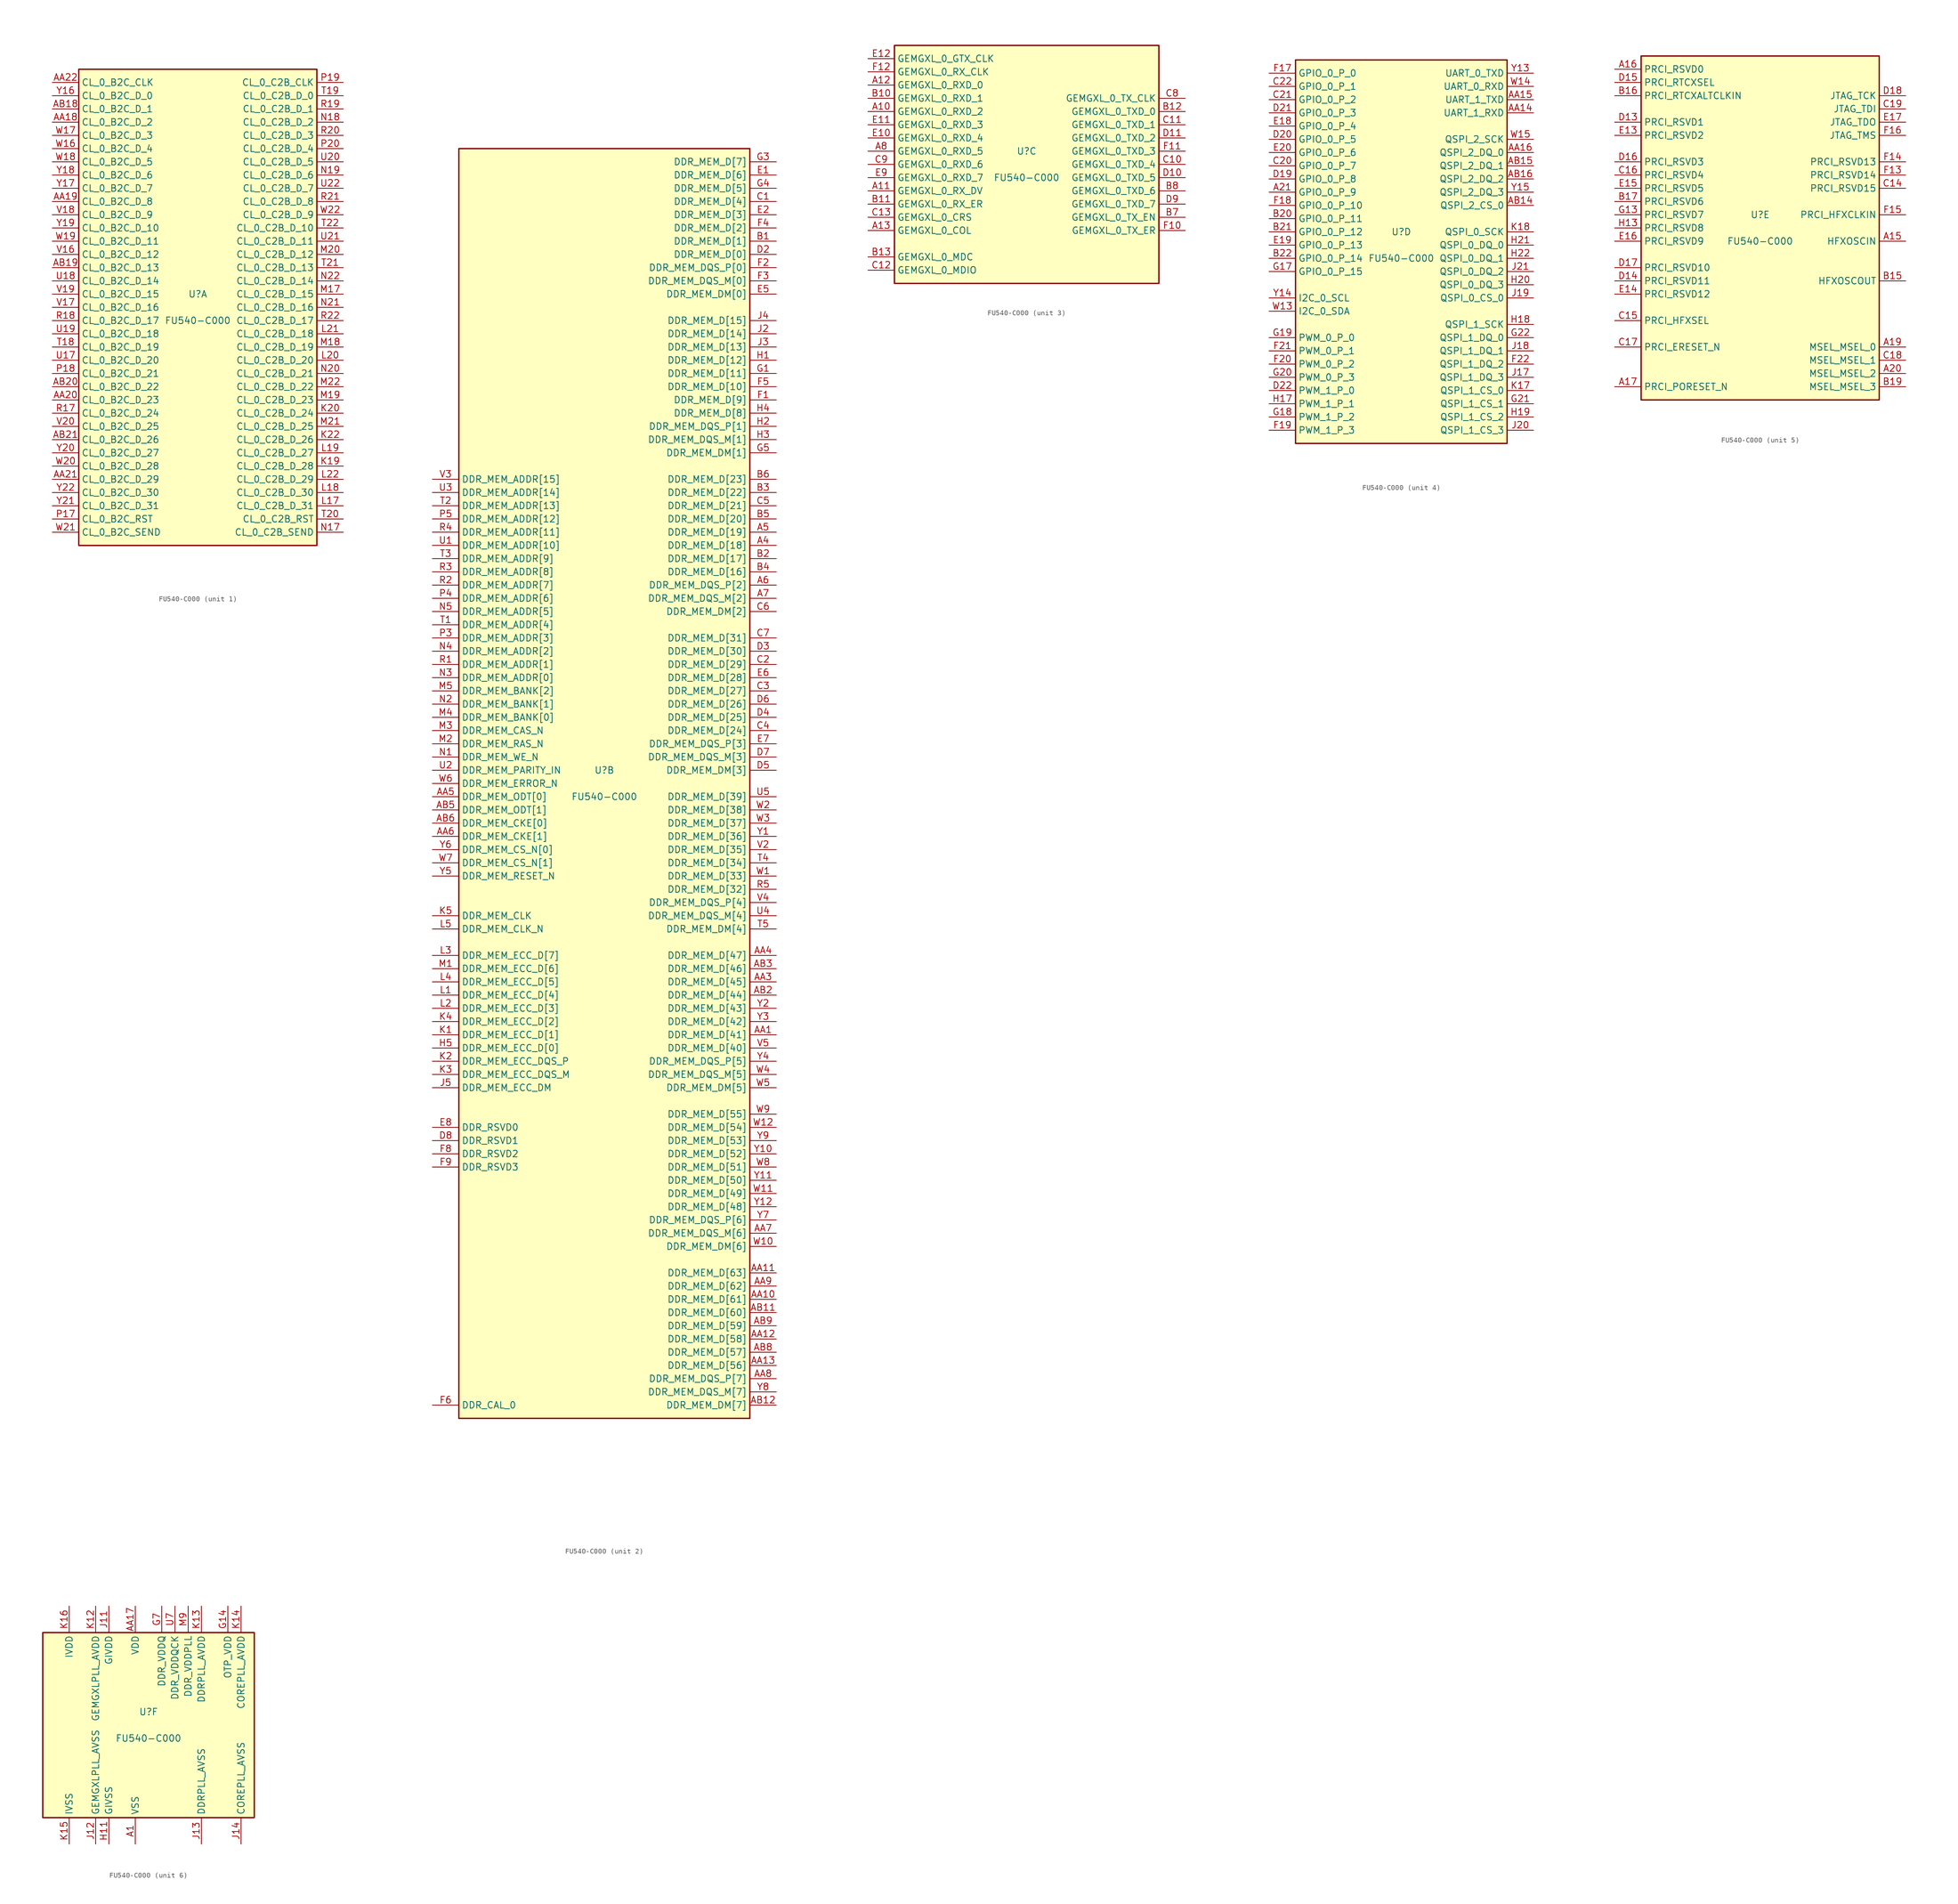
<source format=kicad_sym>
(kicad_symbol_lib
  (version 20220914)
  (generator kicad_symbol_editor)
  (symbol "FU540-C000"
    (property "Reference" "U"
      (at 0 2.54 0)
      (effects (font (size 1.27 1.27))))
    (property "Value" "FU540-C000"
      (at 0 -2.54 0)
      (effects (font (size 1.27 1.27))))
    (property "ki_locked" ""
      (at 0 0 0)
      (effects (font (size 1.27 1.27))))
    (symbol "FU540-C000_1_1"
      (rectangle (start -22.86 -45.72) (end 22.86 45.72) (stroke (width 0.254) (type default)) (fill (type background)))
      (pin input line (at -27.94 35.56 0) (length 5.08) (name "CL_0_B2C_D_2" (effects (font (size 1.27 1.27)))) (number "AA18" (effects (font (size 1.27 1.27)))))
      (pin input line (at -27.94 20.32 0) (length 5.08) (name "CL_0_B2C_D_8" (effects (font (size 1.27 1.27)))) (number "AA19" (effects (font (size 1.27 1.27)))))
      (pin input line (at -27.94 -17.78 0) (length 5.08) (name "CL_0_B2C_D_23" (effects (font (size 1.27 1.27)))) (number "AA20" (effects (font (size 1.27 1.27)))))
      (pin input line (at -27.94 -33.02 0) (length 5.08) (name "CL_0_B2C_D_29" (effects (font (size 1.27 1.27)))) (number "AA21" (effects (font (size 1.27 1.27)))))
      (pin input line (at -27.94 43.18 0) (length 5.08) (name "CL_0_B2C_CLK" (effects (font (size 1.27 1.27)))) (number "AA22" (effects (font (size 1.27 1.27)))))
      (pin input line (at -27.94 38.1 0) (length 5.08) (name "CL_0_B2C_D_1" (effects (font (size 1.27 1.27)))) (number "AB18" (effects (font (size 1.27 1.27)))))
      (pin input line (at -27.94 7.62 0) (length 5.08) (name "CL_0_B2C_D_13" (effects (font (size 1.27 1.27)))) (number "AB19" (effects (font (size 1.27 1.27)))))
      (pin input line (at -27.94 -15.24 0) (length 5.08) (name "CL_0_B2C_D_22" (effects (font (size 1.27 1.27)))) (number "AB20" (effects (font (size 1.27 1.27)))))
      (pin input line (at -27.94 -25.4 0) (length 5.08) (name "CL_0_B2C_D_26" (effects (font (size 1.27 1.27)))) (number "AB21" (effects (font (size 1.27 1.27)))))
      (pin output line (at 27.94 -30.48 180) (length 5.08) (name "CL_0_C2B_D_28" (effects (font (size 1.27 1.27)))) (number "K19" (effects (font (size 1.27 1.27)))))
      (pin output line (at 27.94 -20.32 180) (length 5.08) (name "CL_0_C2B_D_24" (effects (font (size 1.27 1.27)))) (number "K20" (effects (font (size 1.27 1.27)))))
      (pin output line (at 27.94 -25.4 180) (length 5.08) (name "CL_0_C2B_D_26" (effects (font (size 1.27 1.27)))) (number "K22" (effects (font (size 1.27 1.27)))))
      (pin output line (at 27.94 -38.1 180) (length 5.08) (name "CL_0_C2B_D_31" (effects (font (size 1.27 1.27)))) (number "L17" (effects (font (size 1.27 1.27)))))
      (pin output line (at 27.94 -35.56 180) (length 5.08) (name "CL_0_C2B_D_30" (effects (font (size 1.27 1.27)))) (number "L18" (effects (font (size 1.27 1.27)))))
      (pin output line (at 27.94 -27.94 180) (length 5.08) (name "CL_0_C2B_D_27" (effects (font (size 1.27 1.27)))) (number "L19" (effects (font (size 1.27 1.27)))))
      (pin output line (at 27.94 -10.16 180) (length 5.08) (name "CL_0_C2B_D_20" (effects (font (size 1.27 1.27)))) (number "L20" (effects (font (size 1.27 1.27)))))
      (pin output line (at 27.94 -5.08 180) (length 5.08) (name "CL_0_C2B_D_18" (effects (font (size 1.27 1.27)))) (number "L21" (effects (font (size 1.27 1.27)))))
      (pin output line (at 27.94 -33.02 180) (length 5.08) (name "CL_0_C2B_D_29" (effects (font (size 1.27 1.27)))) (number "L22" (effects (font (size 1.27 1.27)))))
      (pin output line (at 27.94 2.54 180) (length 5.08) (name "CL_0_C2B_D_15" (effects (font (size 1.27 1.27)))) (number "M17" (effects (font (size 1.27 1.27)))))
      (pin output line (at 27.94 -7.62 180) (length 5.08) (name "CL_0_C2B_D_19" (effects (font (size 1.27 1.27)))) (number "M18" (effects (font (size 1.27 1.27)))))
      (pin output line (at 27.94 -17.78 180) (length 5.08) (name "CL_0_C2B_D_23" (effects (font (size 1.27 1.27)))) (number "M19" (effects (font (size 1.27 1.27)))))
      (pin output line (at 27.94 10.16 180) (length 5.08) (name "CL_0_C2B_D_12" (effects (font (size 1.27 1.27)))) (number "M20" (effects (font (size 1.27 1.27)))))
      (pin output line (at 27.94 -22.86 180) (length 5.08) (name "CL_0_C2B_D_25" (effects (font (size 1.27 1.27)))) (number "M21" (effects (font (size 1.27 1.27)))))
      (pin output line (at 27.94 -15.24 180) (length 5.08) (name "CL_0_C2B_D_22" (effects (font (size 1.27 1.27)))) (number "M22" (effects (font (size 1.27 1.27)))))
      (pin output line (at 27.94 -43.18 180) (length 5.08) (name "CL_0_C2B_SEND" (effects (font (size 1.27 1.27)))) (number "N17" (effects (font (size 1.27 1.27)))))
      (pin output line (at 27.94 35.56 180) (length 5.08) (name "CL_0_C2B_D_2" (effects (font (size 1.27 1.27)))) (number "N18" (effects (font (size 1.27 1.27)))))
      (pin output line (at 27.94 25.4 180) (length 5.08) (name "CL_0_C2B_D_6" (effects (font (size 1.27 1.27)))) (number "N19" (effects (font (size 1.27 1.27)))))
      (pin output line (at 27.94 -12.7 180) (length 5.08) (name "CL_0_C2B_D_21" (effects (font (size 1.27 1.27)))) (number "N20" (effects (font (size 1.27 1.27)))))
      (pin output line (at 27.94 0 180) (length 5.08) (name "CL_0_C2B_D_16" (effects (font (size 1.27 1.27)))) (number "N21" (effects (font (size 1.27 1.27)))))
      (pin output line (at 27.94 5.08 180) (length 5.08) (name "CL_0_C2B_D_14" (effects (font (size 1.27 1.27)))) (number "N22" (effects (font (size 1.27 1.27)))))
      (pin input line (at -27.94 -40.64 0) (length 5.08) (name "CL_0_B2C_RST" (effects (font (size 1.27 1.27)))) (number "P17" (effects (font (size 1.27 1.27)))))
      (pin input line (at -27.94 -12.7 0) (length 5.08) (name "CL_0_B2C_D_21" (effects (font (size 1.27 1.27)))) (number "P18" (effects (font (size 1.27 1.27)))))
      (pin output line (at 27.94 43.18 180) (length 5.08) (name "CL_0_C2B_CLK" (effects (font (size 1.27 1.27)))) (number "P19" (effects (font (size 1.27 1.27)))))
      (pin output line (at 27.94 30.48 180) (length 5.08) (name "CL_0_C2B_D_4" (effects (font (size 1.27 1.27)))) (number "P20" (effects (font (size 1.27 1.27)))))
      (pin input line (at -27.94 -20.32 0) (length 5.08) (name "CL_0_B2C_D_24" (effects (font (size 1.27 1.27)))) (number "R17" (effects (font (size 1.27 1.27)))))
      (pin input line (at -27.94 -2.54 0) (length 5.08) (name "CL_0_B2C_D_17" (effects (font (size 1.27 1.27)))) (number "R18" (effects (font (size 1.27 1.27)))))
      (pin output line (at 27.94 38.1 180) (length 5.08) (name "CL_0_C2B_D_1" (effects (font (size 1.27 1.27)))) (number "R19" (effects (font (size 1.27 1.27)))))
      (pin output line (at 27.94 33.02 180) (length 5.08) (name "CL_0_C2B_D_3" (effects (font (size 1.27 1.27)))) (number "R20" (effects (font (size 1.27 1.27)))))
      (pin output line (at 27.94 20.32 180) (length 5.08) (name "CL_0_C2B_D_8" (effects (font (size 1.27 1.27)))) (number "R21" (effects (font (size 1.27 1.27)))))
      (pin output line (at 27.94 -2.54 180) (length 5.08) (name "CL_0_C2B_D_17" (effects (font (size 1.27 1.27)))) (number "R22" (effects (font (size 1.27 1.27)))))
      (pin input line (at -27.94 -7.62 0) (length 5.08) (name "CL_0_B2C_D_19" (effects (font (size 1.27 1.27)))) (number "T18" (effects (font (size 1.27 1.27)))))
      (pin output line (at 27.94 40.64 180) (length 5.08) (name "CL_0_C2B_D_0" (effects (font (size 1.27 1.27)))) (number "T19" (effects (font (size 1.27 1.27)))))
      (pin output line (at 27.94 -40.64 180) (length 5.08) (name "CL_0_C2B_RST" (effects (font (size 1.27 1.27)))) (number "T20" (effects (font (size 1.27 1.27)))))
      (pin output line (at 27.94 7.62 180) (length 5.08) (name "CL_0_C2B_D_13" (effects (font (size 1.27 1.27)))) (number "T21" (effects (font (size 1.27 1.27)))))
      (pin output line (at 27.94 15.24 180) (length 5.08) (name "CL_0_C2B_D_10" (effects (font (size 1.27 1.27)))) (number "T22" (effects (font (size 1.27 1.27)))))
      (pin input line (at -27.94 -10.16 0) (length 5.08) (name "CL_0_B2C_D_20" (effects (font (size 1.27 1.27)))) (number "U17" (effects (font (size 1.27 1.27)))))
      (pin input line (at -27.94 5.08 0) (length 5.08) (name "CL_0_B2C_D_14" (effects (font (size 1.27 1.27)))) (number "U18" (effects (font (size 1.27 1.27)))))
      (pin input line (at -27.94 -5.08 0) (length 5.08) (name "CL_0_B2C_D_18" (effects (font (size 1.27 1.27)))) (number "U19" (effects (font (size 1.27 1.27)))))
      (pin output line (at 27.94 27.94 180) (length 5.08) (name "CL_0_C2B_D_5" (effects (font (size 1.27 1.27)))) (number "U20" (effects (font (size 1.27 1.27)))))
      (pin output line (at 27.94 12.7 180) (length 5.08) (name "CL_0_C2B_D_11" (effects (font (size 1.27 1.27)))) (number "U21" (effects (font (size 1.27 1.27)))))
      (pin output line (at 27.94 22.86 180) (length 5.08) (name "CL_0_C2B_D_7" (effects (font (size 1.27 1.27)))) (number "U22" (effects (font (size 1.27 1.27)))))
      (pin input line (at -27.94 10.16 0) (length 5.08) (name "CL_0_B2C_D_12" (effects (font (size 1.27 1.27)))) (number "V16" (effects (font (size 1.27 1.27)))))
      (pin input line (at -27.94 0 0) (length 5.08) (name "CL_0_B2C_D_16" (effects (font (size 1.27 1.27)))) (number "V17" (effects (font (size 1.27 1.27)))))
      (pin input line (at -27.94 17.78 0) (length 5.08) (name "CL_0_B2C_D_9" (effects (font (size 1.27 1.27)))) (number "V18" (effects (font (size 1.27 1.27)))))
      (pin input line (at -27.94 2.54 0) (length 5.08) (name "CL_0_B2C_D_15" (effects (font (size 1.27 1.27)))) (number "V19" (effects (font (size 1.27 1.27)))))
      (pin input line (at -27.94 -22.86 0) (length 5.08) (name "CL_0_B2C_D_25" (effects (font (size 1.27 1.27)))) (number "V20" (effects (font (size 1.27 1.27)))))
      (pin input line (at -27.94 30.48 0) (length 5.08) (name "CL_0_B2C_D_4" (effects (font (size 1.27 1.27)))) (number "W16" (effects (font (size 1.27 1.27)))))
      (pin input line (at -27.94 33.02 0) (length 5.08) (name "CL_0_B2C_D_3" (effects (font (size 1.27 1.27)))) (number "W17" (effects (font (size 1.27 1.27)))))
      (pin input line (at -27.94 27.94 0) (length 5.08) (name "CL_0_B2C_D_5" (effects (font (size 1.27 1.27)))) (number "W18" (effects (font (size 1.27 1.27)))))
      (pin input line (at -27.94 12.7 0) (length 5.08) (name "CL_0_B2C_D_11" (effects (font (size 1.27 1.27)))) (number "W19" (effects (font (size 1.27 1.27)))))
      (pin input line (at -27.94 -30.48 0) (length 5.08) (name "CL_0_B2C_D_28" (effects (font (size 1.27 1.27)))) (number "W20" (effects (font (size 1.27 1.27)))))
      (pin input line (at -27.94 -43.18 0) (length 5.08) (name "CL_0_B2C_SEND" (effects (font (size 1.27 1.27)))) (number "W21" (effects (font (size 1.27 1.27)))))
      (pin output line (at 27.94 17.78 180) (length 5.08) (name "CL_0_C2B_D_9" (effects (font (size 1.27 1.27)))) (number "W22" (effects (font (size 1.27 1.27)))))
      (pin input line (at -27.94 40.64 0) (length 5.08) (name "CL_0_B2C_D_0" (effects (font (size 1.27 1.27)))) (number "Y16" (effects (font (size 1.27 1.27)))))
      (pin input line (at -27.94 22.86 0) (length 5.08) (name "CL_0_B2C_D_7" (effects (font (size 1.27 1.27)))) (number "Y17" (effects (font (size 1.27 1.27)))))
      (pin input line (at -27.94 25.4 0) (length 5.08) (name "CL_0_B2C_D_6" (effects (font (size 1.27 1.27)))) (number "Y18" (effects (font (size 1.27 1.27)))))
      (pin input line (at -27.94 15.24 0) (length 5.08) (name "CL_0_B2C_D_10" (effects (font (size 1.27 1.27)))) (number "Y19" (effects (font (size 1.27 1.27)))))
      (pin input line (at -27.94 -27.94 0) (length 5.08) (name "CL_0_B2C_D_27" (effects (font (size 1.27 1.27)))) (number "Y20" (effects (font (size 1.27 1.27)))))
      (pin input line (at -27.94 -38.1 0) (length 5.08) (name "CL_0_B2C_D_31" (effects (font (size 1.27 1.27)))) (number "Y21" (effects (font (size 1.27 1.27)))))
      (pin input line (at -27.94 -35.56 0) (length 5.08) (name "CL_0_B2C_D_30" (effects (font (size 1.27 1.27)))) (number "Y22" (effects (font (size 1.27 1.27))))))
    (symbol "FU540-C000_2_1"
      (rectangle (start -27.94 -121.92) (end 27.94 121.92) (stroke (width 0.254) (type default)) (fill (type background)))
      (pin bidirectional line (at 33.02 45.72 180) (length 5.08) (name "DDR_MEM_D[18]" (effects (font (size 1.27 1.27)))) (number "A4" (effects (font (size 1.27 1.27)))))
      (pin bidirectional line (at 33.02 48.26 180) (length 5.08) (name "DDR_MEM_D[19]" (effects (font (size 1.27 1.27)))) (number "A5" (effects (font (size 1.27 1.27)))))
      (pin bidirectional line (at 33.02 38.1 180) (length 5.08) (name "DDR_MEM_DQS_P[2]" (effects (font (size 1.27 1.27)))) (number "A6" (effects (font (size 1.27 1.27)))))
      (pin bidirectional line (at 33.02 35.56 180) (length 5.08) (name "DDR_MEM_DQS_M[2]" (effects (font (size 1.27 1.27)))) (number "A7" (effects (font (size 1.27 1.27)))))
      (pin bidirectional line (at 33.02 -48.26 180) (length 5.08) (name "DDR_MEM_D[41]" (effects (font (size 1.27 1.27)))) (number "AA1" (effects (font (size 1.27 1.27)))))
      (pin bidirectional line (at 33.02 -99.06 180) (length 5.08) (name "DDR_MEM_D[61]" (effects (font (size 1.27 1.27)))) (number "AA10" (effects (font (size 1.27 1.27)))))
      (pin bidirectional line (at 33.02 -93.98 180) (length 5.08) (name "DDR_MEM_D[63]" (effects (font (size 1.27 1.27)))) (number "AA11" (effects (font (size 1.27 1.27)))))
      (pin bidirectional line (at 33.02 -106.68 180) (length 5.08) (name "DDR_MEM_D[58]" (effects (font (size 1.27 1.27)))) (number "AA12" (effects (font (size 1.27 1.27)))))
      (pin bidirectional line (at 33.02 -111.76 180) (length 5.08) (name "DDR_MEM_D[56]" (effects (font (size 1.27 1.27)))) (number "AA13" (effects (font (size 1.27 1.27)))))
      (pin bidirectional line (at 33.02 -38.1 180) (length 5.08) (name "DDR_MEM_D[45]" (effects (font (size 1.27 1.27)))) (number "AA3" (effects (font (size 1.27 1.27)))))
      (pin bidirectional line (at 33.02 -33.02 180) (length 5.08) (name "DDR_MEM_D[47]" (effects (font (size 1.27 1.27)))) (number "AA4" (effects (font (size 1.27 1.27)))))
      (pin output line (at -33.02 -2.54 0) (length 5.08) (name "DDR_MEM_ODT[0]" (effects (font (size 1.27 1.27)))) (number "AA5" (effects (font (size 1.27 1.27)))))
      (pin output line (at -33.02 -10.16 0) (length 5.08) (name "DDR_MEM_CKE[1]" (effects (font (size 1.27 1.27)))) (number "AA6" (effects (font (size 1.27 1.27)))))
      (pin bidirectional line (at 33.02 -86.36 180) (length 5.08) (name "DDR_MEM_DQS_M[6]" (effects (font (size 1.27 1.27)))) (number "AA7" (effects (font (size 1.27 1.27)))))
      (pin bidirectional line (at 33.02 -114.3 180) (length 5.08) (name "DDR_MEM_DQS_P[7]" (effects (font (size 1.27 1.27)))) (number "AA8" (effects (font (size 1.27 1.27)))))
      (pin bidirectional line (at 33.02 -96.52 180) (length 5.08) (name "DDR_MEM_D[62]" (effects (font (size 1.27 1.27)))) (number "AA9" (effects (font (size 1.27 1.27)))))
      (pin bidirectional line (at 33.02 -101.6 180) (length 5.08) (name "DDR_MEM_D[60]" (effects (font (size 1.27 1.27)))) (number "AB11" (effects (font (size 1.27 1.27)))))
      (pin bidirectional line (at 33.02 -119.38 180) (length 5.08) (name "DDR_MEM_DM[7]" (effects (font (size 1.27 1.27)))) (number "AB12" (effects (font (size 1.27 1.27)))))
      (pin bidirectional line (at 33.02 -40.64 180) (length 5.08) (name "DDR_MEM_D[44]" (effects (font (size 1.27 1.27)))) (number "AB2" (effects (font (size 1.27 1.27)))))
      (pin bidirectional line (at 33.02 -35.56 180) (length 5.08) (name "DDR_MEM_D[46]" (effects (font (size 1.27 1.27)))) (number "AB3" (effects (font (size 1.27 1.27)))))
      (pin output line (at -33.02 -5.08 0) (length 5.08) (name "DDR_MEM_ODT[1]" (effects (font (size 1.27 1.27)))) (number "AB5" (effects (font (size 1.27 1.27)))))
      (pin output line (at -33.02 -7.62 0) (length 5.08) (name "DDR_MEM_CKE[0]" (effects (font (size 1.27 1.27)))) (number "AB6" (effects (font (size 1.27 1.27)))))
      (pin bidirectional line (at 33.02 -109.22 180) (length 5.08) (name "DDR_MEM_D[57]" (effects (font (size 1.27 1.27)))) (number "AB8" (effects (font (size 1.27 1.27)))))
      (pin bidirectional line (at 33.02 -104.14 180) (length 5.08) (name "DDR_MEM_D[59]" (effects (font (size 1.27 1.27)))) (number "AB9" (effects (font (size 1.27 1.27)))))
      (pin bidirectional line (at 33.02 104.14 180) (length 5.08) (name "DDR_MEM_D[1]" (effects (font (size 1.27 1.27)))) (number "B1" (effects (font (size 1.27 1.27)))))
      (pin bidirectional line (at 33.02 43.18 180) (length 5.08) (name "DDR_MEM_D[17]" (effects (font (size 1.27 1.27)))) (number "B2" (effects (font (size 1.27 1.27)))))
      (pin bidirectional line (at 33.02 55.88 180) (length 5.08) (name "DDR_MEM_D[22]" (effects (font (size 1.27 1.27)))) (number "B3" (effects (font (size 1.27 1.27)))))
      (pin bidirectional line (at 33.02 40.64 180) (length 5.08) (name "DDR_MEM_D[16]" (effects (font (size 1.27 1.27)))) (number "B4" (effects (font (size 1.27 1.27)))))
      (pin bidirectional line (at 33.02 50.8 180) (length 5.08) (name "DDR_MEM_D[20]" (effects (font (size 1.27 1.27)))) (number "B5" (effects (font (size 1.27 1.27)))))
      (pin bidirectional line (at 33.02 58.42 180) (length 5.08) (name "DDR_MEM_D[23]" (effects (font (size 1.27 1.27)))) (number "B6" (effects (font (size 1.27 1.27)))))
      (pin bidirectional line (at 33.02 111.76 180) (length 5.08) (name "DDR_MEM_D[4]" (effects (font (size 1.27 1.27)))) (number "C1" (effects (font (size 1.27 1.27)))))
      (pin bidirectional line (at 33.02 22.86 180) (length 5.08) (name "DDR_MEM_D[29]" (effects (font (size 1.27 1.27)))) (number "C2" (effects (font (size 1.27 1.27)))))
      (pin bidirectional line (at 33.02 17.78 180) (length 5.08) (name "DDR_MEM_D[27]" (effects (font (size 1.27 1.27)))) (number "C3" (effects (font (size 1.27 1.27)))))
      (pin bidirectional line (at 33.02 10.16 180) (length 5.08) (name "DDR_MEM_D[24]" (effects (font (size 1.27 1.27)))) (number "C4" (effects (font (size 1.27 1.27)))))
      (pin bidirectional line (at 33.02 53.34 180) (length 5.08) (name "DDR_MEM_D[21]" (effects (font (size 1.27 1.27)))) (number "C5" (effects (font (size 1.27 1.27)))))
      (pin bidirectional line (at 33.02 33.02 180) (length 5.08) (name "DDR_MEM_DM[2]" (effects (font (size 1.27 1.27)))) (number "C6" (effects (font (size 1.27 1.27)))))
      (pin bidirectional line (at 33.02 27.94 180) (length 5.08) (name "DDR_MEM_D[31]" (effects (font (size 1.27 1.27)))) (number "C7" (effects (font (size 1.27 1.27)))))
      (pin bidirectional line (at 33.02 101.6 180) (length 5.08) (name "DDR_MEM_D[0]" (effects (font (size 1.27 1.27)))) (number "D2" (effects (font (size 1.27 1.27)))))
      (pin bidirectional line (at 33.02 25.4 180) (length 5.08) (name "DDR_MEM_D[30]" (effects (font (size 1.27 1.27)))) (number "D3" (effects (font (size 1.27 1.27)))))
      (pin bidirectional line (at 33.02 12.7 180) (length 5.08) (name "DDR_MEM_D[25]" (effects (font (size 1.27 1.27)))) (number "D4" (effects (font (size 1.27 1.27)))))
      (pin bidirectional line (at 33.02 2.54 180) (length 5.08) (name "DDR_MEM_DM[3]" (effects (font (size 1.27 1.27)))) (number "D5" (effects (font (size 1.27 1.27)))))
      (pin bidirectional line (at 33.02 15.24 180) (length 5.08) (name "DDR_MEM_D[26]" (effects (font (size 1.27 1.27)))) (number "D6" (effects (font (size 1.27 1.27)))))
      (pin bidirectional line (at 33.02 5.08 180) (length 5.08) (name "DDR_MEM_DQS_M[3]" (effects (font (size 1.27 1.27)))) (number "D7" (effects (font (size 1.27 1.27)))))
      (pin passive line (at -33.02 -68.58 0) (length 5.08) (name "DDR_RSVD1" (effects (font (size 1.27 1.27)))) (number "D8" (effects (font (size 1.27 1.27)))))
      (pin bidirectional line (at 33.02 116.84 180) (length 5.08) (name "DDR_MEM_D[6]" (effects (font (size 1.27 1.27)))) (number "E1" (effects (font (size 1.27 1.27)))))
      (pin bidirectional line (at 33.02 109.22 180) (length 5.08) (name "DDR_MEM_D[3]" (effects (font (size 1.27 1.27)))) (number "E2" (effects (font (size 1.27 1.27)))))
      (pin bidirectional line (at 33.02 93.98 180) (length 5.08) (name "DDR_MEM_DM[0]" (effects (font (size 1.27 1.27)))) (number "E5" (effects (font (size 1.27 1.27)))))
      (pin bidirectional line (at 33.02 20.32 180) (length 5.08) (name "DDR_MEM_D[28]" (effects (font (size 1.27 1.27)))) (number "E6" (effects (font (size 1.27 1.27)))))
      (pin bidirectional line (at 33.02 7.62 180) (length 5.08) (name "DDR_MEM_DQS_P[3]" (effects (font (size 1.27 1.27)))) (number "E7" (effects (font (size 1.27 1.27)))))
      (pin passive line (at -33.02 -66.04 0) (length 5.08) (name "DDR_RSVD0" (effects (font (size 1.27 1.27)))) (number "E8" (effects (font (size 1.27 1.27)))))
      (pin bidirectional line (at 33.02 73.66 180) (length 5.08) (name "DDR_MEM_D[9]" (effects (font (size 1.27 1.27)))) (number "F1" (effects (font (size 1.27 1.27)))))
      (pin bidirectional line (at 33.02 99.06 180) (length 5.08) (name "DDR_MEM_DQS_P[0]" (effects (font (size 1.27 1.27)))) (number "F2" (effects (font (size 1.27 1.27)))))
      (pin bidirectional line (at 33.02 96.52 180) (length 5.08) (name "DDR_MEM_DQS_M[0]" (effects (font (size 1.27 1.27)))) (number "F3" (effects (font (size 1.27 1.27)))))
      (pin bidirectional line (at 33.02 106.68 180) (length 5.08) (name "DDR_MEM_D[2]" (effects (font (size 1.27 1.27)))) (number "F4" (effects (font (size 1.27 1.27)))))
      (pin bidirectional line (at 33.02 76.2 180) (length 5.08) (name "DDR_MEM_D[10]" (effects (font (size 1.27 1.27)))) (number "F5" (effects (font (size 1.27 1.27)))))
      (pin passive line (at -33.02 -119.38 0) (length 5.08) (name "DDR_CAL_0" (effects (font (size 1.27 1.27)))) (number "F6" (effects (font (size 1.27 1.27)))))
      (pin passive line (at -33.02 -71.12 0) (length 5.08) (name "DDR_RSVD2" (effects (font (size 1.27 1.27)))) (number "F8" (effects (font (size 1.27 1.27)))))
      (pin passive line (at -33.02 -73.66 0) (length 5.08) (name "DDR_RSVD3" (effects (font (size 1.27 1.27)))) (number "F9" (effects (font (size 1.27 1.27)))))
      (pin bidirectional line (at 33.02 78.74 180) (length 5.08) (name "DDR_MEM_D[11]" (effects (font (size 1.27 1.27)))) (number "G1" (effects (font (size 1.27 1.27)))))
      (pin bidirectional line (at 33.02 119.38 180) (length 5.08) (name "DDR_MEM_D[7]" (effects (font (size 1.27 1.27)))) (number "G3" (effects (font (size 1.27 1.27)))))
      (pin bidirectional line (at 33.02 114.3 180) (length 5.08) (name "DDR_MEM_D[5]" (effects (font (size 1.27 1.27)))) (number "G4" (effects (font (size 1.27 1.27)))))
      (pin bidirectional line (at 33.02 63.5 180) (length 5.08) (name "DDR_MEM_DM[1]" (effects (font (size 1.27 1.27)))) (number "G5" (effects (font (size 1.27 1.27)))))
      (pin bidirectional line (at 33.02 81.28 180) (length 5.08) (name "DDR_MEM_D[12]" (effects (font (size 1.27 1.27)))) (number "H1" (effects (font (size 1.27 1.27)))))
      (pin bidirectional line (at 33.02 68.58 180) (length 5.08) (name "DDR_MEM_DQS_P[1]" (effects (font (size 1.27 1.27)))) (number "H2" (effects (font (size 1.27 1.27)))))
      (pin bidirectional line (at 33.02 66.04 180) (length 5.08) (name "DDR_MEM_DQS_M[1]" (effects (font (size 1.27 1.27)))) (number "H3" (effects (font (size 1.27 1.27)))))
      (pin bidirectional line (at 33.02 71.12 180) (length 5.08) (name "DDR_MEM_D[8]" (effects (font (size 1.27 1.27)))) (number "H4" (effects (font (size 1.27 1.27)))))
      (pin bidirectional line (at -33.02 -50.8 0) (length 5.08) (name "DDR_MEM_ECC_D[0]" (effects (font (size 1.27 1.27)))) (number "H5" (effects (font (size 1.27 1.27)))))
      (pin bidirectional line (at 33.02 86.36 180) (length 5.08) (name "DDR_MEM_D[14]" (effects (font (size 1.27 1.27)))) (number "J2" (effects (font (size 1.27 1.27)))))
      (pin bidirectional line (at 33.02 83.82 180) (length 5.08) (name "DDR_MEM_D[13]" (effects (font (size 1.27 1.27)))) (number "J3" (effects (font (size 1.27 1.27)))))
      (pin bidirectional line (at 33.02 88.9 180) (length 5.08) (name "DDR_MEM_D[15]" (effects (font (size 1.27 1.27)))) (number "J4" (effects (font (size 1.27 1.27)))))
      (pin bidirectional line (at -33.02 -58.42 0) (length 5.08) (name "DDR_MEM_ECC_DM" (effects (font (size 1.27 1.27)))) (number "J5" (effects (font (size 1.27 1.27)))))
      (pin bidirectional line (at -33.02 -48.26 0) (length 5.08) (name "DDR_MEM_ECC_D[1]" (effects (font (size 1.27 1.27)))) (number "K1" (effects (font (size 1.27 1.27)))))
      (pin bidirectional line (at -33.02 -53.34 0) (length 5.08) (name "DDR_MEM_ECC_DQS_P" (effects (font (size 1.27 1.27)))) (number "K2" (effects (font (size 1.27 1.27)))))
      (pin bidirectional line (at -33.02 -55.88 0) (length 5.08) (name "DDR_MEM_ECC_DQS_M" (effects (font (size 1.27 1.27)))) (number "K3" (effects (font (size 1.27 1.27)))))
      (pin bidirectional line (at -33.02 -45.72 0) (length 5.08) (name "DDR_MEM_ECC_D[2]" (effects (font (size 1.27 1.27)))) (number "K4" (effects (font (size 1.27 1.27)))))
      (pin output line (at -33.02 -25.4 0) (length 5.08) (name "DDR_MEM_CLK" (effects (font (size 1.27 1.27)))) (number "K5" (effects (font (size 1.27 1.27)))))
      (pin bidirectional line (at -33.02 -40.64 0) (length 5.08) (name "DDR_MEM_ECC_D[4]" (effects (font (size 1.27 1.27)))) (number "L1" (effects (font (size 1.27 1.27)))))
      (pin bidirectional line (at -33.02 -43.18 0) (length 5.08) (name "DDR_MEM_ECC_D[3]" (effects (font (size 1.27 1.27)))) (number "L2" (effects (font (size 1.27 1.27)))))
      (pin bidirectional line (at -33.02 -33.02 0) (length 5.08) (name "DDR_MEM_ECC_D[7]" (effects (font (size 1.27 1.27)))) (number "L3" (effects (font (size 1.27 1.27)))))
      (pin bidirectional line (at -33.02 -38.1 0) (length 5.08) (name "DDR_MEM_ECC_D[5]" (effects (font (size 1.27 1.27)))) (number "L4" (effects (font (size 1.27 1.27)))))
      (pin output line (at -33.02 -27.94 0) (length 5.08) (name "DDR_MEM_CLK_N" (effects (font (size 1.27 1.27)))) (number "L5" (effects (font (size 1.27 1.27)))))
      (pin bidirectional line (at -33.02 -35.56 0) (length 5.08) (name "DDR_MEM_ECC_D[6]" (effects (font (size 1.27 1.27)))) (number "M1" (effects (font (size 1.27 1.27)))))
      (pin output line (at -33.02 7.62 0) (length 5.08) (name "DDR_MEM_RAS_N" (effects (font (size 1.27 1.27)))) (number "M2" (effects (font (size 1.27 1.27)))))
      (pin output line (at -33.02 10.16 0) (length 5.08) (name "DDR_MEM_CAS_N" (effects (font (size 1.27 1.27)))) (number "M3" (effects (font (size 1.27 1.27)))))
      (pin output line (at -33.02 12.7 0) (length 5.08) (name "DDR_MEM_BANK[0]" (effects (font (size 1.27 1.27)))) (number "M4" (effects (font (size 1.27 1.27)))))
      (pin output line (at -33.02 17.78 0) (length 5.08) (name "DDR_MEM_BANK[2]" (effects (font (size 1.27 1.27)))) (number "M5" (effects (font (size 1.27 1.27)))))
      (pin output line (at -33.02 5.08 0) (length 5.08) (name "DDR_MEM_WE_N" (effects (font (size 1.27 1.27)))) (number "N1" (effects (font (size 1.27 1.27)))))
      (pin output line (at -33.02 15.24 0) (length 5.08) (name "DDR_MEM_BANK[1]" (effects (font (size 1.27 1.27)))) (number "N2" (effects (font (size 1.27 1.27)))))
      (pin output line (at -33.02 20.32 0) (length 5.08) (name "DDR_MEM_ADDR[0]" (effects (font (size 1.27 1.27)))) (number "N3" (effects (font (size 1.27 1.27)))))
      (pin output line (at -33.02 25.4 0) (length 5.08) (name "DDR_MEM_ADDR[2]" (effects (font (size 1.27 1.27)))) (number "N4" (effects (font (size 1.27 1.27)))))
      (pin output line (at -33.02 33.02 0) (length 5.08) (name "DDR_MEM_ADDR[5]" (effects (font (size 1.27 1.27)))) (number "N5" (effects (font (size 1.27 1.27)))))
      (pin output line (at -33.02 27.94 0) (length 5.08) (name "DDR_MEM_ADDR[3]" (effects (font (size 1.27 1.27)))) (number "P3" (effects (font (size 1.27 1.27)))))
      (pin output line (at -33.02 35.56 0) (length 5.08) (name "DDR_MEM_ADDR[6]" (effects (font (size 1.27 1.27)))) (number "P4" (effects (font (size 1.27 1.27)))))
      (pin output line (at -33.02 50.8 0) (length 5.08) (name "DDR_MEM_ADDR[12]" (effects (font (size 1.27 1.27)))) (number "P5" (effects (font (size 1.27 1.27)))))
      (pin output line (at -33.02 22.86 0) (length 5.08) (name "DDR_MEM_ADDR[1]" (effects (font (size 1.27 1.27)))) (number "R1" (effects (font (size 1.27 1.27)))))
      (pin output line (at -33.02 38.1 0) (length 5.08) (name "DDR_MEM_ADDR[7]" (effects (font (size 1.27 1.27)))) (number "R2" (effects (font (size 1.27 1.27)))))
      (pin output line (at -33.02 40.64 0) (length 5.08) (name "DDR_MEM_ADDR[8]" (effects (font (size 1.27 1.27)))) (number "R3" (effects (font (size 1.27 1.27)))))
      (pin output line (at -33.02 48.26 0) (length 5.08) (name "DDR_MEM_ADDR[11]" (effects (font (size 1.27 1.27)))) (number "R4" (effects (font (size 1.27 1.27)))))
      (pin bidirectional line (at 33.02 -20.32 180) (length 5.08) (name "DDR_MEM_D[32]" (effects (font (size 1.27 1.27)))) (number "R5" (effects (font (size 1.27 1.27)))))
      (pin output line (at -33.02 30.48 0) (length 5.08) (name "DDR_MEM_ADDR[4]" (effects (font (size 1.27 1.27)))) (number "T1" (effects (font (size 1.27 1.27)))))
      (pin output line (at -33.02 53.34 0) (length 5.08) (name "DDR_MEM_ADDR[13]" (effects (font (size 1.27 1.27)))) (number "T2" (effects (font (size 1.27 1.27)))))
      (pin output line (at -33.02 43.18 0) (length 5.08) (name "DDR_MEM_ADDR[9]" (effects (font (size 1.27 1.27)))) (number "T3" (effects (font (size 1.27 1.27)))))
      (pin bidirectional line (at 33.02 -15.24 180) (length 5.08) (name "DDR_MEM_D[34]" (effects (font (size 1.27 1.27)))) (number "T4" (effects (font (size 1.27 1.27)))))
      (pin bidirectional line (at 33.02 -27.94 180) (length 5.08) (name "DDR_MEM_DM[4]" (effects (font (size 1.27 1.27)))) (number "T5" (effects (font (size 1.27 1.27)))))
      (pin output line (at -33.02 45.72 0) (length 5.08) (name "DDR_MEM_ADDR[10]" (effects (font (size 1.27 1.27)))) (number "U1" (effects (font (size 1.27 1.27)))))
      (pin output line (at -33.02 2.54 0) (length 5.08) (name "DDR_MEM_PARITY_IN" (effects (font (size 1.27 1.27)))) (number "U2" (effects (font (size 1.27 1.27)))))
      (pin output line (at -33.02 55.88 0) (length 5.08) (name "DDR_MEM_ADDR[14]" (effects (font (size 1.27 1.27)))) (number "U3" (effects (font (size 1.27 1.27)))))
      (pin bidirectional line (at 33.02 -25.4 180) (length 5.08) (name "DDR_MEM_DQS_M[4]" (effects (font (size 1.27 1.27)))) (number "U4" (effects (font (size 1.27 1.27)))))
      (pin bidirectional line (at 33.02 -2.54 180) (length 5.08) (name "DDR_MEM_D[39]" (effects (font (size 1.27 1.27)))) (number "U5" (effects (font (size 1.27 1.27)))))
      (pin bidirectional line (at 33.02 -12.7 180) (length 5.08) (name "DDR_MEM_D[35]" (effects (font (size 1.27 1.27)))) (number "V2" (effects (font (size 1.27 1.27)))))
      (pin output line (at -33.02 58.42 0) (length 5.08) (name "DDR_MEM_ADDR[15]" (effects (font (size 1.27 1.27)))) (number "V3" (effects (font (size 1.27 1.27)))))
      (pin bidirectional line (at 33.02 -22.86 180) (length 5.08) (name "DDR_MEM_DQS_P[4]" (effects (font (size 1.27 1.27)))) (number "V4" (effects (font (size 1.27 1.27)))))
      (pin bidirectional line (at 33.02 -50.8 180) (length 5.08) (name "DDR_MEM_D[40]" (effects (font (size 1.27 1.27)))) (number "V5" (effects (font (size 1.27 1.27)))))
      (pin bidirectional line (at 33.02 -17.78 180) (length 5.08) (name "DDR_MEM_D[33]" (effects (font (size 1.27 1.27)))) (number "W1" (effects (font (size 1.27 1.27)))))
      (pin bidirectional line (at 33.02 -88.9 180) (length 5.08) (name "DDR_MEM_DM[6]" (effects (font (size 1.27 1.27)))) (number "W10" (effects (font (size 1.27 1.27)))))
      (pin bidirectional line (at 33.02 -78.74 180) (length 5.08) (name "DDR_MEM_D[49]" (effects (font (size 1.27 1.27)))) (number "W11" (effects (font (size 1.27 1.27)))))
      (pin bidirectional line (at 33.02 -66.04 180) (length 5.08) (name "DDR_MEM_D[54]" (effects (font (size 1.27 1.27)))) (number "W12" (effects (font (size 1.27 1.27)))))
      (pin bidirectional line (at 33.02 -5.08 180) (length 5.08) (name "DDR_MEM_D[38]" (effects (font (size 1.27 1.27)))) (number "W2" (effects (font (size 1.27 1.27)))))
      (pin bidirectional line (at 33.02 -7.62 180) (length 5.08) (name "DDR_MEM_D[37]" (effects (font (size 1.27 1.27)))) (number "W3" (effects (font (size 1.27 1.27)))))
      (pin bidirectional line (at 33.02 -55.88 180) (length 5.08) (name "DDR_MEM_DQS_M[5]" (effects (font (size 1.27 1.27)))) (number "W4" (effects (font (size 1.27 1.27)))))
      (pin bidirectional line (at 33.02 -58.42 180) (length 5.08) (name "DDR_MEM_DM[5]" (effects (font (size 1.27 1.27)))) (number "W5" (effects (font (size 1.27 1.27)))))
      (pin input line (at -33.02 0 0) (length 5.08) (name "DDR_MEM_ERROR_N" (effects (font (size 1.27 1.27)))) (number "W6" (effects (font (size 1.27 1.27)))))
      (pin output line (at -33.02 -15.24 0) (length 5.08) (name "DDR_MEM_CS_N[1]" (effects (font (size 1.27 1.27)))) (number "W7" (effects (font (size 1.27 1.27)))))
      (pin bidirectional line (at 33.02 -73.66 180) (length 5.08) (name "DDR_MEM_D[51]" (effects (font (size 1.27 1.27)))) (number "W8" (effects (font (size 1.27 1.27)))))
      (pin bidirectional line (at 33.02 -63.5 180) (length 5.08) (name "DDR_MEM_D[55]" (effects (font (size 1.27 1.27)))) (number "W9" (effects (font (size 1.27 1.27)))))
      (pin bidirectional line (at 33.02 -10.16 180) (length 5.08) (name "DDR_MEM_D[36]" (effects (font (size 1.27 1.27)))) (number "Y1" (effects (font (size 1.27 1.27)))))
      (pin bidirectional line (at 33.02 -71.12 180) (length 5.08) (name "DDR_MEM_D[52]" (effects (font (size 1.27 1.27)))) (number "Y10" (effects (font (size 1.27 1.27)))))
      (pin bidirectional line (at 33.02 -76.2 180) (length 5.08) (name "DDR_MEM_D[50]" (effects (font (size 1.27 1.27)))) (number "Y11" (effects (font (size 1.27 1.27)))))
      (pin bidirectional line (at 33.02 -81.28 180) (length 5.08) (name "DDR_MEM_D[48]" (effects (font (size 1.27 1.27)))) (number "Y12" (effects (font (size 1.27 1.27)))))
      (pin bidirectional line (at 33.02 -43.18 180) (length 5.08) (name "DDR_MEM_D[43]" (effects (font (size 1.27 1.27)))) (number "Y2" (effects (font (size 1.27 1.27)))))
      (pin bidirectional line (at 33.02 -45.72 180) (length 5.08) (name "DDR_MEM_D[42]" (effects (font (size 1.27 1.27)))) (number "Y3" (effects (font (size 1.27 1.27)))))
      (pin bidirectional line (at 33.02 -53.34 180) (length 5.08) (name "DDR_MEM_DQS_P[5]" (effects (font (size 1.27 1.27)))) (number "Y4" (effects (font (size 1.27 1.27)))))
      (pin output line (at -33.02 -17.78 0) (length 5.08) (name "DDR_MEM_RESET_N" (effects (font (size 1.27 1.27)))) (number "Y5" (effects (font (size 1.27 1.27)))))
      (pin output line (at -33.02 -12.7 0) (length 5.08) (name "DDR_MEM_CS_N[0]" (effects (font (size 1.27 1.27)))) (number "Y6" (effects (font (size 1.27 1.27)))))
      (pin bidirectional line (at 33.02 -83.82 180) (length 5.08) (name "DDR_MEM_DQS_P[6]" (effects (font (size 1.27 1.27)))) (number "Y7" (effects (font (size 1.27 1.27)))))
      (pin bidirectional line (at 33.02 -116.84 180) (length 5.08) (name "DDR_MEM_DQS_M[7]" (effects (font (size 1.27 1.27)))) (number "Y8" (effects (font (size 1.27 1.27)))))
      (pin bidirectional line (at 33.02 -68.58 180) (length 5.08) (name "DDR_MEM_D[53]" (effects (font (size 1.27 1.27)))) (number "Y9" (effects (font (size 1.27 1.27))))))
    (symbol "FU540-C000_3_1"
      (rectangle (start -25.4 -22.86) (end 25.4 22.86) (stroke (width 0.254) (type default)) (fill (type background)))
      (pin input line (at -30.48 10.16 0) (length 5.08) (name "GEMGXL_0_RXD_2" (effects (font (size 1.27 1.27)))) (number "A10" (effects (font (size 1.27 1.27)))))
      (pin input line (at -30.48 -5.08 0) (length 5.08) (name "GEMGXL_0_RX_DV" (effects (font (size 1.27 1.27)))) (number "A11" (effects (font (size 1.27 1.27)))))
      (pin input line (at -30.48 15.24 0) (length 5.08) (name "GEMGXL_0_RXD_0" (effects (font (size 1.27 1.27)))) (number "A12" (effects (font (size 1.27 1.27)))))
      (pin input line (at -30.48 -12.7 0) (length 5.08) (name "GEMGXL_0_COL" (effects (font (size 1.27 1.27)))) (number "A13" (effects (font (size 1.27 1.27)))))
      (pin input line (at -30.48 2.54 0) (length 5.08) (name "GEMGXL_0_RXD_5" (effects (font (size 1.27 1.27)))) (number "A8" (effects (font (size 1.27 1.27)))))
      (pin input line (at -30.48 12.7 0) (length 5.08) (name "GEMGXL_0_RXD_1" (effects (font (size 1.27 1.27)))) (number "B10" (effects (font (size 1.27 1.27)))))
      (pin input line (at -30.48 -7.62 0) (length 5.08) (name "GEMGXL_0_RX_ER" (effects (font (size 1.27 1.27)))) (number "B11" (effects (font (size 1.27 1.27)))))
      (pin output line (at 30.48 10.16 180) (length 5.08) (name "GEMGXL_0_TXD_0" (effects (font (size 1.27 1.27)))) (number "B12" (effects (font (size 1.27 1.27)))))
      (pin output line (at -30.48 -17.78 0) (length 5.08) (name "GEMGXL_0_MDC" (effects (font (size 1.27 1.27)))) (number "B13" (effects (font (size 1.27 1.27)))))
      (pin output line (at 30.48 -10.16 180) (length 5.08) (name "GEMGXL_0_TX_EN" (effects (font (size 1.27 1.27)))) (number "B7" (effects (font (size 1.27 1.27)))))
      (pin output line (at 30.48 -5.08 180) (length 5.08) (name "GEMGXL_0_TXD_6" (effects (font (size 1.27 1.27)))) (number "B8" (effects (font (size 1.27 1.27)))))
      (pin output line (at 30.48 0 180) (length 5.08) (name "GEMGXL_0_TXD_4" (effects (font (size 1.27 1.27)))) (number "C10" (effects (font (size 1.27 1.27)))))
      (pin output line (at 30.48 7.62 180) (length 5.08) (name "GEMGXL_0_TXD_1" (effects (font (size 1.27 1.27)))) (number "C11" (effects (font (size 1.27 1.27)))))
      (pin bidirectional line (at -30.48 -20.32 0) (length 5.08) (name "GEMGXL_0_MDIO" (effects (font (size 1.27 1.27)))) (number "C12" (effects (font (size 1.27 1.27)))))
      (pin input line (at -30.48 -10.16 0) (length 5.08) (name "GEMGXL_0_CRS" (effects (font (size 1.27 1.27)))) (number "C13" (effects (font (size 1.27 1.27)))))
      (pin input line (at 30.48 12.7 180) (length 5.08) (name "GEMGXL_0_TX_CLK" (effects (font (size 1.27 1.27)))) (number "C8" (effects (font (size 1.27 1.27)))))
      (pin input line (at -30.48 0 0) (length 5.08) (name "GEMGXL_0_RXD_6" (effects (font (size 1.27 1.27)))) (number "C9" (effects (font (size 1.27 1.27)))))
      (pin output line (at 30.48 -2.54 180) (length 5.08) (name "GEMGXL_0_TXD_5" (effects (font (size 1.27 1.27)))) (number "D10" (effects (font (size 1.27 1.27)))))
      (pin output line (at 30.48 5.08 180) (length 5.08) (name "GEMGXL_0_TXD_2" (effects (font (size 1.27 1.27)))) (number "D11" (effects (font (size 1.27 1.27)))))
      (pin output line (at 30.48 -7.62 180) (length 5.08) (name "GEMGXL_0_TXD_7" (effects (font (size 1.27 1.27)))) (number "D9" (effects (font (size 1.27 1.27)))))
      (pin input line (at -30.48 5.08 0) (length 5.08) (name "GEMGXL_0_RXD_4" (effects (font (size 1.27 1.27)))) (number "E10" (effects (font (size 1.27 1.27)))))
      (pin input line (at -30.48 7.62 0) (length 5.08) (name "GEMGXL_0_RXD_3" (effects (font (size 1.27 1.27)))) (number "E11" (effects (font (size 1.27 1.27)))))
      (pin input line (at -30.48 20.32 0) (length 5.08) (name "GEMGXL_0_GTX_CLK" (effects (font (size 1.27 1.27)))) (number "E12" (effects (font (size 1.27 1.27)))))
      (pin input line (at -30.48 -2.54 0) (length 5.08) (name "GEMGXL_0_RXD_7" (effects (font (size 1.27 1.27)))) (number "E9" (effects (font (size 1.27 1.27)))))
      (pin output line (at 30.48 -12.7 180) (length 5.08) (name "GEMGXL_0_TX_ER" (effects (font (size 1.27 1.27)))) (number "F10" (effects (font (size 1.27 1.27)))))
      (pin output line (at 30.48 2.54 180) (length 5.08) (name "GEMGXL_0_TXD_3" (effects (font (size 1.27 1.27)))) (number "F11" (effects (font (size 1.27 1.27)))))
      (pin input line (at -30.48 17.78 0) (length 5.08) (name "GEMGXL_0_RX_CLK" (effects (font (size 1.27 1.27)))) (number "F12" (effects (font (size 1.27 1.27))))))
    (symbol "FU540-C000_4_1"
      (rectangle (start -20.32 -38.1) (end 20.32 35.56) (stroke (width 0.254) (type default)) (fill (type background)))
      (pin bidirectional line (at -25.4 10.16 0) (length 5.08) (name "GPIO_0_P_9" (effects (font (size 1.27 1.27)))) (number "A21" (effects (font (size 1.27 1.27)))))
      (pin input line (at 25.4 25.4 180) (length 5.08) (name "UART_1_RXD" (effects (font (size 1.27 1.27)))) (number "AA14" (effects (font (size 1.27 1.27)))))
      (pin output line (at 25.4 27.94 180) (length 5.08) (name "UART_1_TXD" (effects (font (size 1.27 1.27)))) (number "AA15" (effects (font (size 1.27 1.27)))))
      (pin bidirectional line (at 25.4 17.78 180) (length 5.08) (name "QSPI_2_DQ_0" (effects (font (size 1.27 1.27)))) (number "AA16" (effects (font (size 1.27 1.27)))))
      (pin output line (at 25.4 7.62 180) (length 5.08) (name "QSPI_2_CS_0" (effects (font (size 1.27 1.27)))) (number "AB14" (effects (font (size 1.27 1.27)))))
      (pin bidirectional line (at 25.4 15.24 180) (length 5.08) (name "QSPI_2_DQ_1" (effects (font (size 1.27 1.27)))) (number "AB15" (effects (font (size 1.27 1.27)))))
      (pin bidirectional line (at 25.4 12.7 180) (length 5.08) (name "QSPI_2_DQ_2" (effects (font (size 1.27 1.27)))) (number "AB16" (effects (font (size 1.27 1.27)))))
      (pin bidirectional line (at -25.4 5.08 0) (length 5.08) (name "GPIO_0_P_11" (effects (font (size 1.27 1.27)))) (number "B20" (effects (font (size 1.27 1.27)))))
      (pin bidirectional line (at -25.4 2.54 0) (length 5.08) (name "GPIO_0_P_12" (effects (font (size 1.27 1.27)))) (number "B21" (effects (font (size 1.27 1.27)))))
      (pin bidirectional line (at -25.4 -2.54 0) (length 5.08) (name "GPIO_0_P_14" (effects (font (size 1.27 1.27)))) (number "B22" (effects (font (size 1.27 1.27)))))
      (pin bidirectional line (at -25.4 15.24 0) (length 5.08) (name "GPIO_0_P_7" (effects (font (size 1.27 1.27)))) (number "C20" (effects (font (size 1.27 1.27)))))
      (pin bidirectional line (at -25.4 27.94 0) (length 5.08) (name "GPIO_0_P_2" (effects (font (size 1.27 1.27)))) (number "C21" (effects (font (size 1.27 1.27)))))
      (pin bidirectional line (at -25.4 30.48 0) (length 5.08) (name "GPIO_0_P_1" (effects (font (size 1.27 1.27)))) (number "C22" (effects (font (size 1.27 1.27)))))
      (pin bidirectional line (at -25.4 12.7 0) (length 5.08) (name "GPIO_0_P_8" (effects (font (size 1.27 1.27)))) (number "D19" (effects (font (size 1.27 1.27)))))
      (pin bidirectional line (at -25.4 20.32 0) (length 5.08) (name "GPIO_0_P_5" (effects (font (size 1.27 1.27)))) (number "D20" (effects (font (size 1.27 1.27)))))
      (pin bidirectional line (at -25.4 25.4 0) (length 5.08) (name "GPIO_0_P_3" (effects (font (size 1.27 1.27)))) (number "D21" (effects (font (size 1.27 1.27)))))
      (pin bidirectional line (at -25.4 -27.94 0) (length 5.08) (name "PWM_1_P_0" (effects (font (size 1.27 1.27)))) (number "D22" (effects (font (size 1.27 1.27)))))
      (pin bidirectional line (at -25.4 22.86 0) (length 5.08) (name "GPIO_0_P_4" (effects (font (size 1.27 1.27)))) (number "E18" (effects (font (size 1.27 1.27)))))
      (pin bidirectional line (at -25.4 0 0) (length 5.08) (name "GPIO_0_P_13" (effects (font (size 1.27 1.27)))) (number "E19" (effects (font (size 1.27 1.27)))))
      (pin bidirectional line (at -25.4 17.78 0) (length 5.08) (name "GPIO_0_P_6" (effects (font (size 1.27 1.27)))) (number "E20" (effects (font (size 1.27 1.27)))))
      (pin bidirectional line (at -25.4 33.02 0) (length 5.08) (name "GPIO_0_P_0" (effects (font (size 1.27 1.27)))) (number "F17" (effects (font (size 1.27 1.27)))))
      (pin bidirectional line (at -25.4 7.62 0) (length 5.08) (name "GPIO_0_P_10" (effects (font (size 1.27 1.27)))) (number "F18" (effects (font (size 1.27 1.27)))))
      (pin bidirectional line (at -25.4 -35.56 0) (length 5.08) (name "PWM_1_P_3" (effects (font (size 1.27 1.27)))) (number "F19" (effects (font (size 1.27 1.27)))))
      (pin bidirectional line (at -25.4 -22.86 0) (length 5.08) (name "PWM_0_P_2" (effects (font (size 1.27 1.27)))) (number "F20" (effects (font (size 1.27 1.27)))))
      (pin bidirectional line (at -25.4 -20.32 0) (length 5.08) (name "PWM_0_P_1" (effects (font (size 1.27 1.27)))) (number "F21" (effects (font (size 1.27 1.27)))))
      (pin bidirectional line (at 25.4 -22.86 180) (length 5.08) (name "QSPI_1_DQ_2" (effects (font (size 1.27 1.27)))) (number "F22" (effects (font (size 1.27 1.27)))))
      (pin bidirectional line (at -25.4 -5.08 0) (length 5.08) (name "GPIO_0_P_15" (effects (font (size 1.27 1.27)))) (number "G17" (effects (font (size 1.27 1.27)))))
      (pin bidirectional line (at -25.4 -33.02 0) (length 5.08) (name "PWM_1_P_2" (effects (font (size 1.27 1.27)))) (number "G18" (effects (font (size 1.27 1.27)))))
      (pin bidirectional line (at -25.4 -17.78 0) (length 5.08) (name "PWM_0_P_0" (effects (font (size 1.27 1.27)))) (number "G19" (effects (font (size 1.27 1.27)))))
      (pin bidirectional line (at -25.4 -25.4 0) (length 5.08) (name "PWM_0_P_3" (effects (font (size 1.27 1.27)))) (number "G20" (effects (font (size 1.27 1.27)))))
      (pin output line (at 25.4 -30.48 180) (length 5.08) (name "QSPI_1_CS_1" (effects (font (size 1.27 1.27)))) (number "G21" (effects (font (size 1.27 1.27)))))
      (pin bidirectional line (at 25.4 -17.78 180) (length 5.08) (name "QSPI_1_DQ_0" (effects (font (size 1.27 1.27)))) (number "G22" (effects (font (size 1.27 1.27)))))
      (pin bidirectional line (at -25.4 -30.48 0) (length 5.08) (name "PWM_1_P_1" (effects (font (size 1.27 1.27)))) (number "H17" (effects (font (size 1.27 1.27)))))
      (pin output line (at 25.4 -15.24 180) (length 5.08) (name "QSPI_1_SCK" (effects (font (size 1.27 1.27)))) (number "H18" (effects (font (size 1.27 1.27)))))
      (pin output line (at 25.4 -33.02 180) (length 5.08) (name "QSPI_1_CS_2" (effects (font (size 1.27 1.27)))) (number "H19" (effects (font (size 1.27 1.27)))))
      (pin bidirectional line (at 25.4 -7.62 180) (length 5.08) (name "QSPI_0_DQ_3" (effects (font (size 1.27 1.27)))) (number "H20" (effects (font (size 1.27 1.27)))))
      (pin bidirectional line (at 25.4 0 180) (length 5.08) (name "QSPI_0_DQ_0" (effects (font (size 1.27 1.27)))) (number "H21" (effects (font (size 1.27 1.27)))))
      (pin bidirectional line (at 25.4 -2.54 180) (length 5.08) (name "QSPI_0_DQ_1" (effects (font (size 1.27 1.27)))) (number "H22" (effects (font (size 1.27 1.27)))))
      (pin bidirectional line (at 25.4 -25.4 180) (length 5.08) (name "QSPI_1_DQ_3" (effects (font (size 1.27 1.27)))) (number "J17" (effects (font (size 1.27 1.27)))))
      (pin bidirectional line (at 25.4 -20.32 180) (length 5.08) (name "QSPI_1_DQ_1" (effects (font (size 1.27 1.27)))) (number "J18" (effects (font (size 1.27 1.27)))))
      (pin output line (at 25.4 -10.16 180) (length 5.08) (name "QSPI_0_CS_0" (effects (font (size 1.27 1.27)))) (number "J19" (effects (font (size 1.27 1.27)))))
      (pin output line (at 25.4 -35.56 180) (length 5.08) (name "QSPI_1_CS_3" (effects (font (size 1.27 1.27)))) (number "J20" (effects (font (size 1.27 1.27)))))
      (pin bidirectional line (at 25.4 -5.08 180) (length 5.08) (name "QSPI_0_DQ_2" (effects (font (size 1.27 1.27)))) (number "J21" (effects (font (size 1.27 1.27)))))
      (pin output line (at 25.4 -27.94 180) (length 5.08) (name "QSPI_1_CS_0" (effects (font (size 1.27 1.27)))) (number "K17" (effects (font (size 1.27 1.27)))))
      (pin output line (at 25.4 2.54 180) (length 5.08) (name "QSPI_0_SCK" (effects (font (size 1.27 1.27)))) (number "K18" (effects (font (size 1.27 1.27)))))
      (pin bidirectional line (at -25.4 -12.7 0) (length 5.08) (name "I2C_0_SDA" (effects (font (size 1.27 1.27)))) (number "W13" (effects (font (size 1.27 1.27)))))
      (pin input line (at 25.4 30.48 180) (length 5.08) (name "UART_0_RXD" (effects (font (size 1.27 1.27)))) (number "W14" (effects (font (size 1.27 1.27)))))
      (pin output line (at 25.4 20.32 180) (length 5.08) (name "QSPI_2_SCK" (effects (font (size 1.27 1.27)))) (number "W15" (effects (font (size 1.27 1.27)))))
      (pin output line (at 25.4 33.02 180) (length 5.08) (name "UART_0_TXD" (effects (font (size 1.27 1.27)))) (number "Y13" (effects (font (size 1.27 1.27)))))
      (pin bidirectional line (at -25.4 -10.16 0) (length 5.08) (name "I2C_0_SCL" (effects (font (size 1.27 1.27)))) (number "Y14" (effects (font (size 1.27 1.27)))))
      (pin bidirectional line (at 25.4 10.16 180) (length 5.08) (name "QSPI_2_DQ_3" (effects (font (size 1.27 1.27)))) (number "Y15" (effects (font (size 1.27 1.27))))))
    (symbol "FU540-C000_5_1"
      (rectangle (start -22.86 -33.02) (end 22.86 33.02) (stroke (width 0.254) (type default)) (fill (type background)))
      (pin passive line (at 27.94 -2.54 180) (length 5.08) (name "HFXOSCIN" (effects (font (size 1.27 1.27)))) (number "A15" (effects (font (size 1.27 1.27)))))
      (pin passive line (at -27.94 30.48 0) (length 5.08) (name "PRCI_RSVD0" (effects (font (size 1.27 1.27)))) (number "A16" (effects (font (size 1.27 1.27)))))
      (pin input line (at -27.94 -30.48 0) (length 5.08) (name "PRCI_PORESET_N" (effects (font (size 1.27 1.27)))) (number "A17" (effects (font (size 1.27 1.27)))))
      (pin input line (at 27.94 -22.86 180) (length 5.08) (name "MSEL_MSEL_0" (effects (font (size 1.27 1.27)))) (number "A19" (effects (font (size 1.27 1.27)))))
      (pin input line (at 27.94 -27.94 180) (length 5.08) (name "MSEL_MSEL_2" (effects (font (size 1.27 1.27)))) (number "A20" (effects (font (size 1.27 1.27)))))
      (pin passive line (at 27.94 -10.16 180) (length 5.08) (name "HFXOSCOUT" (effects (font (size 1.27 1.27)))) (number "B15" (effects (font (size 1.27 1.27)))))
      (pin passive line (at -27.94 25.4 0) (length 5.08) (name "PRCI_RTCXALTCLKIN" (effects (font (size 1.27 1.27)))) (number "B16" (effects (font (size 1.27 1.27)))))
      (pin passive line (at -27.94 5.08 0) (length 5.08) (name "PRCI_RSVD6" (effects (font (size 1.27 1.27)))) (number "B17" (effects (font (size 1.27 1.27)))))
      (pin input line (at 27.94 -30.48 180) (length 5.08) (name "MSEL_MSEL_3" (effects (font (size 1.27 1.27)))) (number "B19" (effects (font (size 1.27 1.27)))))
      (pin passive line (at 27.94 7.62 180) (length 5.08) (name "PRCI_RSVD15" (effects (font (size 1.27 1.27)))) (number "C14" (effects (font (size 1.27 1.27)))))
      (pin input line (at -27.94 -17.78 0) (length 5.08) (name "PRCI_HFXSEL" (effects (font (size 1.27 1.27)))) (number "C15" (effects (font (size 1.27 1.27)))))
      (pin passive line (at -27.94 10.16 0) (length 5.08) (name "PRCI_RSVD4" (effects (font (size 1.27 1.27)))) (number "C16" (effects (font (size 1.27 1.27)))))
      (pin input line (at -27.94 -22.86 0) (length 5.08) (name "PRCI_ERESET_N" (effects (font (size 1.27 1.27)))) (number "C17" (effects (font (size 1.27 1.27)))))
      (pin input line (at 27.94 -25.4 180) (length 5.08) (name "MSEL_MSEL_1" (effects (font (size 1.27 1.27)))) (number "C18" (effects (font (size 1.27 1.27)))))
      (pin input line (at 27.94 22.86 180) (length 5.08) (name "JTAG_TDI" (effects (font (size 1.27 1.27)))) (number "C19" (effects (font (size 1.27 1.27)))))
      (pin passive line (at -27.94 20.32 0) (length 5.08) (name "PRCI_RSVD1" (effects (font (size 1.27 1.27)))) (number "D13" (effects (font (size 1.27 1.27)))))
      (pin passive line (at -27.94 -10.16 0) (length 5.08) (name "PRCI_RSVD11" (effects (font (size 1.27 1.27)))) (number "D14" (effects (font (size 1.27 1.27)))))
      (pin input line (at -27.94 27.94 0) (length 5.08) (name "PRCI_RTCXSEL" (effects (font (size 1.27 1.27)))) (number "D15" (effects (font (size 1.27 1.27)))))
      (pin passive line (at -27.94 12.7 0) (length 5.08) (name "PRCI_RSVD3" (effects (font (size 1.27 1.27)))) (number "D16" (effects (font (size 1.27 1.27)))))
      (pin passive line (at -27.94 -7.62 0) (length 5.08) (name "PRCI_RSVD10" (effects (font (size 1.27 1.27)))) (number "D17" (effects (font (size 1.27 1.27)))))
      (pin input line (at 27.94 25.4 180) (length 5.08) (name "JTAG_TCK" (effects (font (size 1.27 1.27)))) (number "D18" (effects (font (size 1.27 1.27)))))
      (pin passive line (at -27.94 17.78 0) (length 5.08) (name "PRCI_RSVD2" (effects (font (size 1.27 1.27)))) (number "E13" (effects (font (size 1.27 1.27)))))
      (pin passive line (at -27.94 -12.7 0) (length 5.08) (name "PRCI_RSVD12" (effects (font (size 1.27 1.27)))) (number "E14" (effects (font (size 1.27 1.27)))))
      (pin passive line (at -27.94 7.62 0) (length 5.08) (name "PRCI_RSVD5" (effects (font (size 1.27 1.27)))) (number "E15" (effects (font (size 1.27 1.27)))))
      (pin passive line (at -27.94 -2.54 0) (length 5.08) (name "PRCI_RSVD9" (effects (font (size 1.27 1.27)))) (number "E16" (effects (font (size 1.27 1.27)))))
      (pin output line (at 27.94 20.32 180) (length 5.08) (name "JTAG_TDO" (effects (font (size 1.27 1.27)))) (number "E17" (effects (font (size 1.27 1.27)))))
      (pin passive line (at 27.94 10.16 180) (length 5.08) (name "PRCI_RSVD14" (effects (font (size 1.27 1.27)))) (number "F13" (effects (font (size 1.27 1.27)))))
      (pin passive line (at 27.94 12.7 180) (length 5.08) (name "PRCI_RSVD13" (effects (font (size 1.27 1.27)))) (number "F14" (effects (font (size 1.27 1.27)))))
      (pin input line (at 27.94 2.54 180) (length 5.08) (name "PRCI_HFXCLKIN" (effects (font (size 1.27 1.27)))) (number "F15" (effects (font (size 1.27 1.27)))))
      (pin input line (at 27.94 17.78 180) (length 5.08) (name "JTAG_TMS" (effects (font (size 1.27 1.27)))) (number "F16" (effects (font (size 1.27 1.27)))))
      (pin passive line (at -27.94 2.54 0) (length 5.08) (name "PRCI_RSVD7" (effects (font (size 1.27 1.27)))) (number "G13" (effects (font (size 1.27 1.27)))))
      (pin passive line (at -27.94 0 0) (length 5.08) (name "PRCI_RSVD8" (effects (font (size 1.27 1.27)))) (number "H13" (effects (font (size 1.27 1.27))))))
    (symbol "FU540-C000_6_1"
      (rectangle (start -20.32 -17.78) (end 20.32 17.78) (stroke (width 0.254) (type default)) (fill (type background)))
      (pin power_in line (at -2.54 -22.86 90) (length 5.08) (name "VSS" (effects (font (size 1.27 1.27)))) (number "A1" (effects (font (size 1.27 1.27)))))
      (pin passive line (at -2.54 -22.86 90) (length 5.08) hide (name "VSS" (effects (font (size 1.27 1.27)))) (number "A14" (effects (font (size 1.27 1.27)))))
      (pin passive line (at -2.54 -22.86 90) (length 5.08) hide (name "VSS" (effects (font (size 1.27 1.27)))) (number "A18" (effects (font (size 1.27 1.27)))))
      (pin passive line (at -2.54 -22.86 90) (length 5.08) hide (name "VSS" (effects (font (size 1.27 1.27)))) (number "A2" (effects (font (size 1.27 1.27)))))
      (pin passive line (at -2.54 -22.86 90) (length 5.08) hide (name "VSS" (effects (font (size 1.27 1.27)))) (number "A22" (effects (font (size 1.27 1.27)))))
      (pin passive line (at -2.54 -22.86 90) (length 5.08) hide (name "VSS" (effects (font (size 1.27 1.27)))) (number "A3" (effects (font (size 1.27 1.27)))))
      (pin passive line (at -2.54 -22.86 90) (length 5.08) hide (name "VSS" (effects (font (size 1.27 1.27)))) (number "A9" (effects (font (size 1.27 1.27)))))
      (pin power_in line (at -2.54 22.86 270) (length 5.08) (name "VDD" (effects (font (size 1.27 1.27)))) (number "AA17" (effects (font (size 1.27 1.27)))))
      (pin passive line (at -2.54 -22.86 90) (length 5.08) hide (name "VSS" (effects (font (size 1.27 1.27)))) (number "AA2" (effects (font (size 1.27 1.27)))))
      (pin passive line (at -2.54 -22.86 90) (length 5.08) hide (name "VSS" (effects (font (size 1.27 1.27)))) (number "AB1" (effects (font (size 1.27 1.27)))))
      (pin passive line (at -2.54 -22.86 90) (length 5.08) hide (name "VSS" (effects (font (size 1.27 1.27)))) (number "AB10" (effects (font (size 1.27 1.27)))))
      (pin passive line (at -2.54 -22.86 90) (length 5.08) hide (name "VSS" (effects (font (size 1.27 1.27)))) (number "AB13" (effects (font (size 1.27 1.27)))))
      (pin passive line (at -2.54 -22.86 90) (length 5.08) hide (name "VSS" (effects (font (size 1.27 1.27)))) (number "AB17" (effects (font (size 1.27 1.27)))))
      (pin passive line (at -2.54 -22.86 90) (length 5.08) hide (name "VSS" (effects (font (size 1.27 1.27)))) (number "AB22" (effects (font (size 1.27 1.27)))))
      (pin passive line (at -2.54 -22.86 90) (length 5.08) hide (name "VSS" (effects (font (size 1.27 1.27)))) (number "AB4" (effects (font (size 1.27 1.27)))))
      (pin passive line (at -2.54 -22.86 90) (length 5.08) hide (name "VSS" (effects (font (size 1.27 1.27)))) (number "AB7" (effects (font (size 1.27 1.27)))))
      (pin passive line (at -2.54 22.86 270) (length 5.08) hide (name "VDD" (effects (font (size 1.27 1.27)))) (number "B14" (effects (font (size 1.27 1.27)))))
      (pin passive line (at -2.54 22.86 270) (length 5.08) hide (name "VDD" (effects (font (size 1.27 1.27)))) (number "B18" (effects (font (size 1.27 1.27)))))
      (pin passive line (at -2.54 22.86 270) (length 5.08) hide (name "VDD" (effects (font (size 1.27 1.27)))) (number "B9" (effects (font (size 1.27 1.27)))))
      (pin passive line (at -2.54 -22.86 90) (length 5.08) hide (name "VSS" (effects (font (size 1.27 1.27)))) (number "D1" (effects (font (size 1.27 1.27)))))
      (pin passive line (at -2.54 -22.86 90) (length 5.08) hide (name "VSS" (effects (font (size 1.27 1.27)))) (number "D12" (effects (font (size 1.27 1.27)))))
      (pin passive line (at -2.54 22.86 270) (length 5.08) hide (name "VDD" (effects (font (size 1.27 1.27)))) (number "E21" (effects (font (size 1.27 1.27)))))
      (pin passive line (at -2.54 -22.86 90) (length 5.08) hide (name "VSS" (effects (font (size 1.27 1.27)))) (number "E22" (effects (font (size 1.27 1.27)))))
      (pin passive line (at -2.54 22.86 270) (length 5.08) hide (name "VDD" (effects (font (size 1.27 1.27)))) (number "E3" (effects (font (size 1.27 1.27)))))
      (pin passive line (at -2.54 -22.86 90) (length 5.08) hide (name "VSS" (effects (font (size 1.27 1.27)))) (number "E4" (effects (font (size 1.27 1.27)))))
      (pin passive line (at -2.54 -22.86 90) (length 5.08) hide (name "VSS" (effects (font (size 1.27 1.27)))) (number "F7" (effects (font (size 1.27 1.27)))))
      (pin passive line (at -2.54 -22.86 90) (length 5.08) hide (name "VSS" (effects (font (size 1.27 1.27)))) (number "G10" (effects (font (size 1.27 1.27)))))
      (pin passive line (at -2.54 22.86 270) (length 5.08) hide (name "VDD" (effects (font (size 1.27 1.27)))) (number "G11" (effects (font (size 1.27 1.27)))))
      (pin passive line (at -2.54 -22.86 90) (length 5.08) hide (name "VSS" (effects (font (size 1.27 1.27)))) (number "G12" (effects (font (size 1.27 1.27)))))
      (pin power_in line (at 15.24 22.86 270) (length 5.08) (name "OTP_VDD" (effects (font (size 1.27 1.27)))) (number "G14" (effects (font (size 1.27 1.27)))))
      (pin passive line (at -2.54 22.86 270) (length 5.08) hide (name "VDD" (effects (font (size 1.27 1.27)))) (number "G15" (effects (font (size 1.27 1.27)))))
      (pin passive line (at -2.54 -22.86 90) (length 5.08) hide (name "VSS" (effects (font (size 1.27 1.27)))) (number "G16" (effects (font (size 1.27 1.27)))))
      (pin passive line (at -2.54 -22.86 90) (length 5.08) hide (name "VSS" (effects (font (size 1.27 1.27)))) (number "G2" (effects (font (size 1.27 1.27)))))
      (pin passive line (at -2.54 -22.86 90) (length 5.08) hide (name "VSS" (effects (font (size 1.27 1.27)))) (number "G6" (effects (font (size 1.27 1.27)))))
      (pin power_in line (at 2.54 22.86 270) (length 5.08) (name "DDR_VDDQ" (effects (font (size 1.27 1.27)))) (number "G7" (effects (font (size 1.27 1.27)))))
      (pin passive line (at -2.54 -22.86 90) (length 5.08) hide (name "VSS" (effects (font (size 1.27 1.27)))) (number "G8" (effects (font (size 1.27 1.27)))))
      (pin passive line (at -2.54 22.86 270) (length 5.08) hide (name "VDD" (effects (font (size 1.27 1.27)))) (number "G9" (effects (font (size 1.27 1.27)))))
      (pin passive line (at -2.54 22.86 270) (length 5.08) hide (name "VDD" (effects (font (size 1.27 1.27)))) (number "H10" (effects (font (size 1.27 1.27)))))
      (pin power_in line (at -7.62 -22.86 90) (length 5.08) (name "GIVSS" (effects (font (size 1.27 1.27)))) (number "H11" (effects (font (size 1.27 1.27)))))
      (pin passive line (at -2.54 22.86 270) (length 5.08) hide (name "VDD" (effects (font (size 1.27 1.27)))) (number "H12" (effects (font (size 1.27 1.27)))))
      (pin passive line (at -2.54 22.86 270) (length 5.08) hide (name "VDD" (effects (font (size 1.27 1.27)))) (number "H14" (effects (font (size 1.27 1.27)))))
      (pin passive line (at -2.54 -22.86 90) (length 5.08) hide (name "VSS" (effects (font (size 1.27 1.27)))) (number "H15" (effects (font (size 1.27 1.27)))))
      (pin passive line (at -2.54 22.86 270) (length 5.08) hide (name "VDD" (effects (font (size 1.27 1.27)))) (number "H16" (effects (font (size 1.27 1.27)))))
      (pin passive line (at 2.54 22.86 270) (length 5.08) hide (name "DDR_VDDQ" (effects (font (size 1.27 1.27)))) (number "H6" (effects (font (size 1.27 1.27)))))
      (pin passive line (at -2.54 -22.86 90) (length 5.08) hide (name "VSS" (effects (font (size 1.27 1.27)))) (number "H7" (effects (font (size 1.27 1.27)))))
      (pin passive line (at -2.54 22.86 270) (length 5.08) hide (name "VDD" (effects (font (size 1.27 1.27)))) (number "H8" (effects (font (size 1.27 1.27)))))
      (pin passive line (at -2.54 -22.86 90) (length 5.08) hide (name "VSS" (effects (font (size 1.27 1.27)))) (number "H9" (effects (font (size 1.27 1.27)))))
      (pin passive line (at -2.54 -22.86 90) (length 5.08) hide (name "VSS" (effects (font (size 1.27 1.27)))) (number "J1" (effects (font (size 1.27 1.27)))))
      (pin passive line (at -2.54 -22.86 90) (length 5.08) hide (name "VSS" (effects (font (size 1.27 1.27)))) (number "J10" (effects (font (size 1.27 1.27)))))
      (pin power_in line (at -7.62 22.86 270) (length 5.08) (name "GIVDD" (effects (font (size 1.27 1.27)))) (number "J11" (effects (font (size 1.27 1.27)))))
      (pin power_in line (at -10.16 -22.86 90) (length 5.08) (name "GEMGXLPLL_AVSS" (effects (font (size 1.27 1.27)))) (number "J12" (effects (font (size 1.27 1.27)))))
      (pin power_in line (at 10.16 -22.86 90) (length 5.08) (name "DDRPLL_AVSS" (effects (font (size 1.27 1.27)))) (number "J13" (effects (font (size 1.27 1.27)))))
      (pin power_in line (at 17.78 -22.86 90) (length 5.08) (name "COREPLL_AVSS" (effects (font (size 1.27 1.27)))) (number "J14" (effects (font (size 1.27 1.27)))))
      (pin passive line (at -2.54 22.86 270) (length 5.08) hide (name "VDD" (effects (font (size 1.27 1.27)))) (number "J15" (effects (font (size 1.27 1.27)))))
      (pin passive line (at -2.54 -22.86 90) (length 5.08) hide (name "VSS" (effects (font (size 1.27 1.27)))) (number "J16" (effects (font (size 1.27 1.27)))))
      (pin passive line (at -2.54 -22.86 90) (length 5.08) hide (name "VSS" (effects (font (size 1.27 1.27)))) (number "J22" (effects (font (size 1.27 1.27)))))
      (pin passive line (at -2.54 -22.86 90) (length 5.08) hide (name "VSS" (effects (font (size 1.27 1.27)))) (number "J6" (effects (font (size 1.27 1.27)))))
      (pin passive line (at 2.54 22.86 270) (length 5.08) hide (name "DDR_VDDQ" (effects (font (size 1.27 1.27)))) (number "J7" (effects (font (size 1.27 1.27)))))
      (pin passive line (at -2.54 -22.86 90) (length 5.08) hide (name "VSS" (effects (font (size 1.27 1.27)))) (number "J8" (effects (font (size 1.27 1.27)))))
      (pin passive line (at -2.54 22.86 270) (length 5.08) hide (name "VDD" (effects (font (size 1.27 1.27)))) (number "J9" (effects (font (size 1.27 1.27)))))
      (pin passive line (at -2.54 22.86 270) (length 5.08) hide (name "VDD" (effects (font (size 1.27 1.27)))) (number "K10" (effects (font (size 1.27 1.27)))))
      (pin passive line (at -2.54 -22.86 90) (length 5.08) hide (name "VSS" (effects (font (size 1.27 1.27)))) (number "K11" (effects (font (size 1.27 1.27)))))
      (pin power_in line (at -10.16 22.86 270) (length 5.08) (name "GEMGXLPLL_AVDD" (effects (font (size 1.27 1.27)))) (number "K12" (effects (font (size 1.27 1.27)))))
      (pin power_in line (at 10.16 22.86 270) (length 5.08) (name "DDRPLL_AVDD" (effects (font (size 1.27 1.27)))) (number "K13" (effects (font (size 1.27 1.27)))))
      (pin power_in line (at 17.78 22.86 270) (length 5.08) (name "COREPLL_AVDD" (effects (font (size 1.27 1.27)))) (number "K14" (effects (font (size 1.27 1.27)))))
      (pin power_in line (at -15.24 -22.86 90) (length 5.08) (name "IVSS" (effects (font (size 1.27 1.27)))) (number "K15" (effects (font (size 1.27 1.27)))))
      (pin power_in line (at -15.24 22.86 270) (length 5.08) (name "IVDD" (effects (font (size 1.27 1.27)))) (number "K16" (effects (font (size 1.27 1.27)))))
      (pin passive line (at -2.54 22.86 270) (length 5.08) hide (name "VDD" (effects (font (size 1.27 1.27)))) (number "K21" (effects (font (size 1.27 1.27)))))
      (pin passive line (at 2.54 22.86 270) (length 5.08) hide (name "DDR_VDDQ" (effects (font (size 1.27 1.27)))) (number "K6" (effects (font (size 1.27 1.27)))))
      (pin passive line (at -2.54 -22.86 90) (length 5.08) hide (name "VSS" (effects (font (size 1.27 1.27)))) (number "K7" (effects (font (size 1.27 1.27)))))
      (pin passive line (at -2.54 22.86 270) (length 5.08) hide (name "VDD" (effects (font (size 1.27 1.27)))) (number "K8" (effects (font (size 1.27 1.27)))))
      (pin passive line (at -2.54 -22.86 90) (length 5.08) hide (name "VSS" (effects (font (size 1.27 1.27)))) (number "K9" (effects (font (size 1.27 1.27)))))
      (pin passive line (at -2.54 -22.86 90) (length 5.08) hide (name "VSS" (effects (font (size 1.27 1.27)))) (number "L10" (effects (font (size 1.27 1.27)))))
      (pin passive line (at -2.54 22.86 270) (length 5.08) hide (name "VDD" (effects (font (size 1.27 1.27)))) (number "L11" (effects (font (size 1.27 1.27)))))
      (pin passive line (at -2.54 -22.86 90) (length 5.08) hide (name "VSS" (effects (font (size 1.27 1.27)))) (number "L12" (effects (font (size 1.27 1.27)))))
      (pin passive line (at -2.54 22.86 270) (length 5.08) hide (name "VDD" (effects (font (size 1.27 1.27)))) (number "L13" (effects (font (size 1.27 1.27)))))
      (pin passive line (at -2.54 -22.86 90) (length 5.08) hide (name "VSS" (effects (font (size 1.27 1.27)))) (number "L14" (effects (font (size 1.27 1.27)))))
      (pin passive line (at -15.24 -22.86 90) (length 5.08) hide (name "IVSS" (effects (font (size 1.27 1.27)))) (number "L15" (effects (font (size 1.27 1.27)))))
      (pin passive line (at -15.24 22.86 270) (length 5.08) hide (name "IVDD" (effects (font (size 1.27 1.27)))) (number "L16" (effects (font (size 1.27 1.27)))))
      (pin passive line (at -2.54 -22.86 90) (length 5.08) hide (name "VSS" (effects (font (size 1.27 1.27)))) (number "L6" (effects (font (size 1.27 1.27)))))
      (pin passive line (at 2.54 22.86 270) (length 5.08) hide (name "DDR_VDDQ" (effects (font (size 1.27 1.27)))) (number "L7" (effects (font (size 1.27 1.27)))))
      (pin passive line (at -2.54 -22.86 90) (length 5.08) hide (name "VSS" (effects (font (size 1.27 1.27)))) (number "L8" (effects (font (size 1.27 1.27)))))
      (pin passive line (at 7.62 22.86 270) (length 5.08) hide (name "DDR_VDDPLL" (effects (font (size 1.27 1.27)))) (number "L9" (effects (font (size 1.27 1.27)))))
      (pin passive line (at -2.54 22.86 270) (length 5.08) hide (name "VDD" (effects (font (size 1.27 1.27)))) (number "M10" (effects (font (size 1.27 1.27)))))
      (pin passive line (at -2.54 -22.86 90) (length 5.08) hide (name "VSS" (effects (font (size 1.27 1.27)))) (number "M11" (effects (font (size 1.27 1.27)))))
      (pin passive line (at -2.54 22.86 270) (length 5.08) hide (name "VDD" (effects (font (size 1.27 1.27)))) (number "M12" (effects (font (size 1.27 1.27)))))
      (pin passive line (at -2.54 -22.86 90) (length 5.08) hide (name "VSS" (effects (font (size 1.27 1.27)))) (number "M13" (effects (font (size 1.27 1.27)))))
      (pin passive line (at -2.54 22.86 270) (length 5.08) hide (name "VDD" (effects (font (size 1.27 1.27)))) (number "M14" (effects (font (size 1.27 1.27)))))
      (pin passive line (at -15.24 -22.86 90) (length 5.08) hide (name "IVSS" (effects (font (size 1.27 1.27)))) (number "M15" (effects (font (size 1.27 1.27)))))
      (pin passive line (at -15.24 22.86 270) (length 5.08) hide (name "IVDD" (effects (font (size 1.27 1.27)))) (number "M16" (effects (font (size 1.27 1.27)))))
      (pin passive line (at 2.54 22.86 270) (length 5.08) hide (name "DDR_VDDQ" (effects (font (size 1.27 1.27)))) (number "M6" (effects (font (size 1.27 1.27)))))
      (pin passive line (at -2.54 -22.86 90) (length 5.08) hide (name "VSS" (effects (font (size 1.27 1.27)))) (number "M7" (effects (font (size 1.27 1.27)))))
      (pin passive line (at -2.54 22.86 270) (length 5.08) hide (name "VDD" (effects (font (size 1.27 1.27)))) (number "M8" (effects (font (size 1.27 1.27)))))
      (pin power_in line (at 7.62 22.86 270) (length 5.08) (name "DDR_VDDPLL" (effects (font (size 1.27 1.27)))) (number "M9" (effects (font (size 1.27 1.27)))))
      (pin passive line (at -2.54 -22.86 90) (length 5.08) hide (name "VSS" (effects (font (size 1.27 1.27)))) (number "N10" (effects (font (size 1.27 1.27)))))
      (pin passive line (at -2.54 22.86 270) (length 5.08) hide (name "VDD" (effects (font (size 1.27 1.27)))) (number "N11" (effects (font (size 1.27 1.27)))))
      (pin passive line (at -2.54 -22.86 90) (length 5.08) hide (name "VSS" (effects (font (size 1.27 1.27)))) (number "N12" (effects (font (size 1.27 1.27)))))
      (pin passive line (at -2.54 22.86 270) (length 5.08) hide (name "VDD" (effects (font (size 1.27 1.27)))) (number "N13" (effects (font (size 1.27 1.27)))))
      (pin passive line (at -2.54 -22.86 90) (length 5.08) hide (name "VSS" (effects (font (size 1.27 1.27)))) (number "N14" (effects (font (size 1.27 1.27)))))
      (pin passive line (at -15.24 -22.86 90) (length 5.08) hide (name "IVSS" (effects (font (size 1.27 1.27)))) (number "N15" (effects (font (size 1.27 1.27)))))
      (pin passive line (at -15.24 22.86 270) (length 5.08) hide (name "IVDD" (effects (font (size 1.27 1.27)))) (number "N16" (effects (font (size 1.27 1.27)))))
      (pin passive line (at -2.54 -22.86 90) (length 5.08) hide (name "VSS" (effects (font (size 1.27 1.27)))) (number "N6" (effects (font (size 1.27 1.27)))))
      (pin passive line (at 2.54 22.86 270) (length 5.08) hide (name "DDR_VDDQ" (effects (font (size 1.27 1.27)))) (number "N7" (effects (font (size 1.27 1.27)))))
      (pin passive line (at -2.54 -22.86 90) (length 5.08) hide (name "VSS" (effects (font (size 1.27 1.27)))) (number "N8" (effects (font (size 1.27 1.27)))))
      (pin passive line (at -2.54 22.86 270) (length 5.08) hide (name "VDD" (effects (font (size 1.27 1.27)))) (number "N9" (effects (font (size 1.27 1.27)))))
      (pin passive line (at -2.54 -22.86 90) (length 5.08) hide (name "VSS" (effects (font (size 1.27 1.27)))) (number "P1" (effects (font (size 1.27 1.27)))))
      (pin passive line (at -2.54 22.86 270) (length 5.08) hide (name "VDD" (effects (font (size 1.27 1.27)))) (number "P10" (effects (font (size 1.27 1.27)))))
      (pin passive line (at -2.54 -22.86 90) (length 5.08) hide (name "VSS" (effects (font (size 1.27 1.27)))) (number "P11" (effects (font (size 1.27 1.27)))))
      (pin passive line (at -2.54 22.86 270) (length 5.08) hide (name "VDD" (effects (font (size 1.27 1.27)))) (number "P12" (effects (font (size 1.27 1.27)))))
      (pin passive line (at -2.54 -22.86 90) (length 5.08) hide (name "VSS" (effects (font (size 1.27 1.27)))) (number "P13" (effects (font (size 1.27 1.27)))))
      (pin passive line (at -2.54 22.86 270) (length 5.08) hide (name "VDD" (effects (font (size 1.27 1.27)))) (number "P14" (effects (font (size 1.27 1.27)))))
      (pin passive line (at -2.54 -22.86 90) (length 5.08) hide (name "VSS" (effects (font (size 1.27 1.27)))) (number "P15" (effects (font (size 1.27 1.27)))))
      (pin passive line (at -2.54 22.86 270) (length 5.08) hide (name "VDD" (effects (font (size 1.27 1.27)))) (number "P16" (effects (font (size 1.27 1.27)))))
      (pin passive line (at -2.54 22.86 270) (length 5.08) hide (name "VDD" (effects (font (size 1.27 1.27)))) (number "P2" (effects (font (size 1.27 1.27)))))
      (pin passive line (at -2.54 22.86 270) (length 5.08) hide (name "VDD" (effects (font (size 1.27 1.27)))) (number "P21" (effects (font (size 1.27 1.27)))))
      (pin passive line (at -2.54 -22.86 90) (length 5.08) hide (name "VSS" (effects (font (size 1.27 1.27)))) (number "P22" (effects (font (size 1.27 1.27)))))
      (pin passive line (at 2.54 22.86 270) (length 5.08) hide (name "DDR_VDDQ" (effects (font (size 1.27 1.27)))) (number "P6" (effects (font (size 1.27 1.27)))))
      (pin passive line (at -2.54 -22.86 90) (length 5.08) hide (name "VSS" (effects (font (size 1.27 1.27)))) (number "P7" (effects (font (size 1.27 1.27)))))
      (pin passive line (at -2.54 22.86 270) (length 5.08) hide (name "VDD" (effects (font (size 1.27 1.27)))) (number "P8" (effects (font (size 1.27 1.27)))))
      (pin passive line (at -2.54 -22.86 90) (length 5.08) hide (name "VSS" (effects (font (size 1.27 1.27)))) (number "P9" (effects (font (size 1.27 1.27)))))
      (pin passive line (at -2.54 -22.86 90) (length 5.08) hide (name "VSS" (effects (font (size 1.27 1.27)))) (number "R10" (effects (font (size 1.27 1.27)))))
      (pin passive line (at -2.54 22.86 270) (length 5.08) hide (name "VDD" (effects (font (size 1.27 1.27)))) (number "R11" (effects (font (size 1.27 1.27)))))
      (pin passive line (at -2.54 -22.86 90) (length 5.08) hide (name "VSS" (effects (font (size 1.27 1.27)))) (number "R12" (effects (font (size 1.27 1.27)))))
      (pin passive line (at -2.54 22.86 270) (length 5.08) hide (name "VDD" (effects (font (size 1.27 1.27)))) (number "R13" (effects (font (size 1.27 1.27)))))
      (pin passive line (at -2.54 -22.86 90) (length 5.08) hide (name "VSS" (effects (font (size 1.27 1.27)))) (number "R14" (effects (font (size 1.27 1.27)))))
      (pin passive line (at -2.54 22.86 270) (length 5.08) hide (name "VDD" (effects (font (size 1.27 1.27)))) (number "R15" (effects (font (size 1.27 1.27)))))
      (pin passive line (at -2.54 -22.86 90) (length 5.08) hide (name "VSS" (effects (font (size 1.27 1.27)))) (number "R16" (effects (font (size 1.27 1.27)))))
      (pin passive line (at -2.54 -22.86 90) (length 5.08) hide (name "VSS" (effects (font (size 1.27 1.27)))) (number "R6" (effects (font (size 1.27 1.27)))))
      (pin passive line (at 2.54 22.86 270) (length 5.08) hide (name "DDR_VDDQ" (effects (font (size 1.27 1.27)))) (number "R7" (effects (font (size 1.27 1.27)))))
      (pin passive line (at -2.54 -22.86 90) (length 5.08) hide (name "VSS" (effects (font (size 1.27 1.27)))) (number "R8" (effects (font (size 1.27 1.27)))))
      (pin passive line (at -2.54 22.86 270) (length 5.08) hide (name "VDD" (effects (font (size 1.27 1.27)))) (number "R9" (effects (font (size 1.27 1.27)))))
      (pin passive line (at -2.54 22.86 270) (length 5.08) hide (name "VDD" (effects (font (size 1.27 1.27)))) (number "T10" (effects (font (size 1.27 1.27)))))
      (pin passive line (at -2.54 -22.86 90) (length 5.08) hide (name "VSS" (effects (font (size 1.27 1.27)))) (number "T11" (effects (font (size 1.27 1.27)))))
      (pin passive line (at -2.54 22.86 270) (length 5.08) hide (name "VDD" (effects (font (size 1.27 1.27)))) (number "T12" (effects (font (size 1.27 1.27)))))
      (pin passive line (at -2.54 -22.86 90) (length 5.08) hide (name "VSS" (effects (font (size 1.27 1.27)))) (number "T13" (effects (font (size 1.27 1.27)))))
      (pin passive line (at -2.54 22.86 270) (length 5.08) hide (name "VDD" (effects (font (size 1.27 1.27)))) (number "T14" (effects (font (size 1.27 1.27)))))
      (pin passive line (at -2.54 -22.86 90) (length 5.08) hide (name "VSS" (effects (font (size 1.27 1.27)))) (number "T15" (effects (font (size 1.27 1.27)))))
      (pin passive line (at -2.54 22.86 270) (length 5.08) hide (name "VDD" (effects (font (size 1.27 1.27)))) (number "T16" (effects (font (size 1.27 1.27)))))
      (pin passive line (at -2.54 -22.86 90) (length 5.08) hide (name "VSS" (effects (font (size 1.27 1.27)))) (number "T17" (effects (font (size 1.27 1.27)))))
      (pin passive line (at 2.54 22.86 270) (length 5.08) hide (name "DDR_VDDQ" (effects (font (size 1.27 1.27)))) (number "T6" (effects (font (size 1.27 1.27)))))
      (pin passive line (at -2.54 -22.86 90) (length 5.08) hide (name "VSS" (effects (font (size 1.27 1.27)))) (number "T7" (effects (font (size 1.27 1.27)))))
      (pin passive line (at -2.54 22.86 270) (length 5.08) hide (name "VDD" (effects (font (size 1.27 1.27)))) (number "T8" (effects (font (size 1.27 1.27)))))
      (pin passive line (at -2.54 -22.86 90) (length 5.08) hide (name "VSS" (effects (font (size 1.27 1.27)))) (number "T9" (effects (font (size 1.27 1.27)))))
      (pin passive line (at -2.54 -22.86 90) (length 5.08) hide (name "VSS" (effects (font (size 1.27 1.27)))) (number "U10" (effects (font (size 1.27 1.27)))))
      (pin passive line (at -2.54 22.86 270) (length 5.08) hide (name "VDD" (effects (font (size 1.27 1.27)))) (number "U11" (effects (font (size 1.27 1.27)))))
      (pin passive line (at -2.54 -22.86 90) (length 5.08) hide (name "VSS" (effects (font (size 1.27 1.27)))) (number "U12" (effects (font (size 1.27 1.27)))))
      (pin passive line (at -2.54 22.86 270) (length 5.08) hide (name "VDD" (effects (font (size 1.27 1.27)))) (number "U13" (effects (font (size 1.27 1.27)))))
      (pin passive line (at -2.54 -22.86 90) (length 5.08) hide (name "VSS" (effects (font (size 1.27 1.27)))) (number "U14" (effects (font (size 1.27 1.27)))))
      (pin passive line (at -2.54 22.86 270) (length 5.08) hide (name "VDD" (effects (font (size 1.27 1.27)))) (number "U15" (effects (font (size 1.27 1.27)))))
      (pin passive line (at -2.54 -22.86 90) (length 5.08) hide (name "VSS" (effects (font (size 1.27 1.27)))) (number "U16" (effects (font (size 1.27 1.27)))))
      (pin passive line (at -2.54 -22.86 90) (length 5.08) hide (name "VSS" (effects (font (size 1.27 1.27)))) (number "U6" (effects (font (size 1.27 1.27)))))
      (pin power_in line (at 5.08 22.86 270) (length 5.08) (name "DDR_VDDQCK" (effects (font (size 1.27 1.27)))) (number "U7" (effects (font (size 1.27 1.27)))))
      (pin passive line (at -2.54 -22.86 90) (length 5.08) hide (name "VSS" (effects (font (size 1.27 1.27)))) (number "U8" (effects (font (size 1.27 1.27)))))
      (pin passive line (at -2.54 22.86 270) (length 5.08) hide (name "VDD" (effects (font (size 1.27 1.27)))) (number "U9" (effects (font (size 1.27 1.27)))))
      (pin passive line (at -2.54 -22.86 90) (length 5.08) hide (name "VSS" (effects (font (size 1.27 1.27)))) (number "V1" (effects (font (size 1.27 1.27)))))
      (pin passive line (at -2.54 22.86 270) (length 5.08) hide (name "VDD" (effects (font (size 1.27 1.27)))) (number "V10" (effects (font (size 1.27 1.27)))))
      (pin passive line (at -2.54 -22.86 90) (length 5.08) hide (name "VSS" (effects (font (size 1.27 1.27)))) (number "V11" (effects (font (size 1.27 1.27)))))
      (pin passive line (at -2.54 22.86 270) (length 5.08) hide (name "VDD" (effects (font (size 1.27 1.27)))) (number "V12" (effects (font (size 1.27 1.27)))))
      (pin passive line (at -2.54 -22.86 90) (length 5.08) hide (name "VSS" (effects (font (size 1.27 1.27)))) (number "V13" (effects (font (size 1.27 1.27)))))
      (pin passive line (at -2.54 22.86 270) (length 5.08) hide (name "VDD" (effects (font (size 1.27 1.27)))) (number "V14" (effects (font (size 1.27 1.27)))))
      (pin passive line (at -2.54 -22.86 90) (length 5.08) hide (name "VSS" (effects (font (size 1.27 1.27)))) (number "V15" (effects (font (size 1.27 1.27)))))
      (pin passive line (at -2.54 22.86 270) (length 5.08) hide (name "VDD" (effects (font (size 1.27 1.27)))) (number "V21" (effects (font (size 1.27 1.27)))))
      (pin passive line (at -2.54 -22.86 90) (length 5.08) hide (name "VSS" (effects (font (size 1.27 1.27)))) (number "V22" (effects (font (size 1.27 1.27)))))
      (pin passive line (at -2.54 22.86 270) (length 5.08) hide (name "VDD" (effects (font (size 1.27 1.27)))) (number "V6" (effects (font (size 1.27 1.27)))))
      (pin passive line (at -2.54 -22.86 90) (length 5.08) hide (name "VSS" (effects (font (size 1.27 1.27)))) (number "V7" (effects (font (size 1.27 1.27)))))
      (pin passive line (at -2.54 22.86 270) (length 5.08) hide (name "VDD" (effects (font (size 1.27 1.27)))) (number "V8" (effects (font (size 1.27 1.27)))))
      (pin passive line (at -2.54 -22.86 90) (length 5.08) hide (name "VSS" (effects (font (size 1.27 1.27)))) (number "V9" (effects (font (size 1.27 1.27))))))))
</source>
